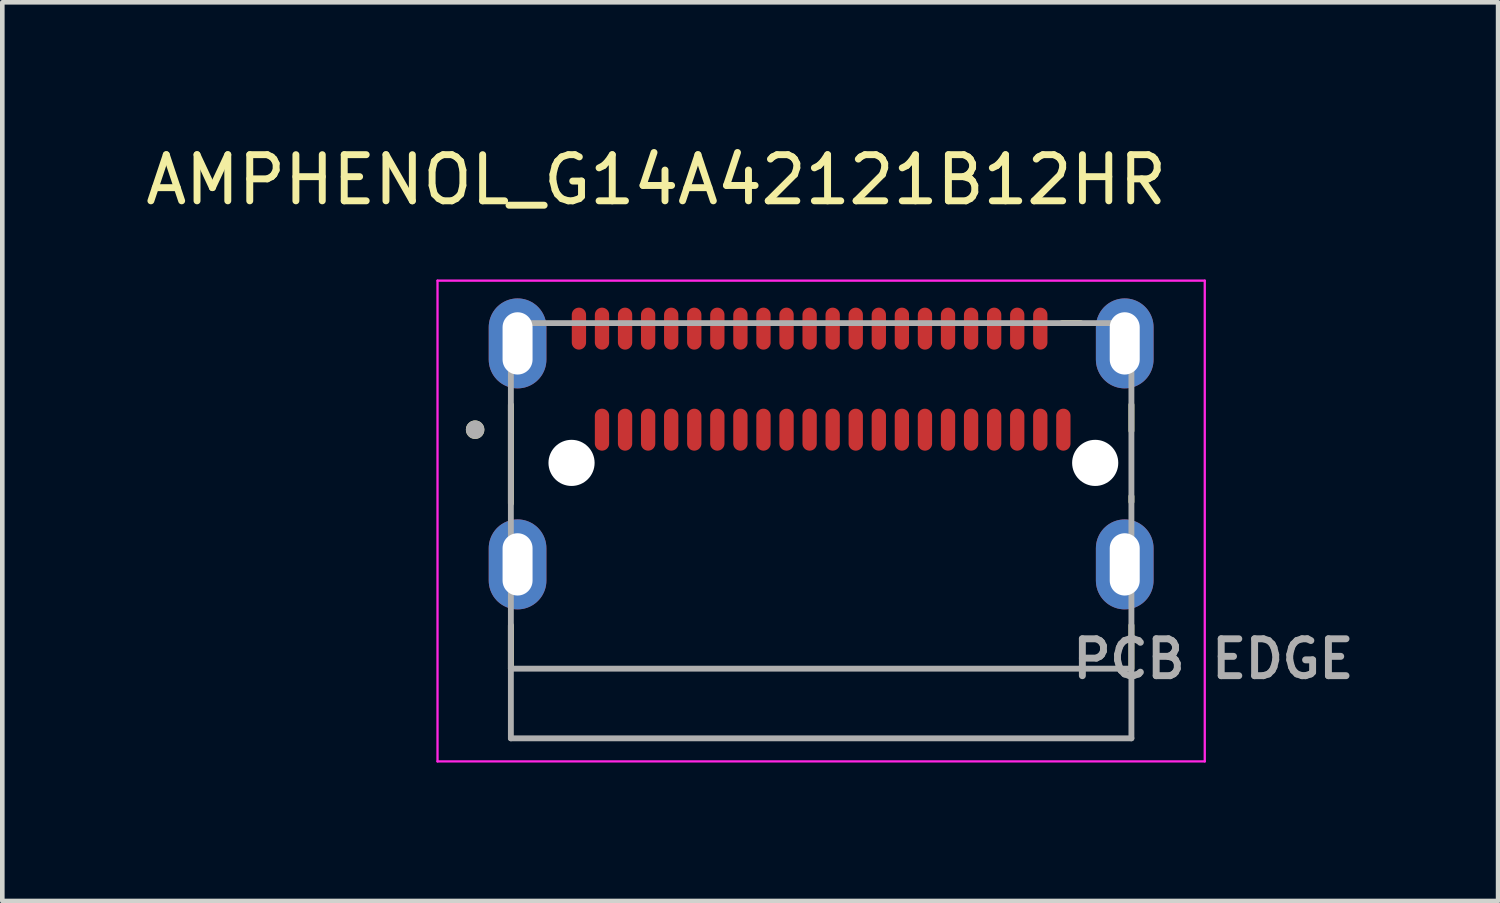
<source format=kicad_pcb>
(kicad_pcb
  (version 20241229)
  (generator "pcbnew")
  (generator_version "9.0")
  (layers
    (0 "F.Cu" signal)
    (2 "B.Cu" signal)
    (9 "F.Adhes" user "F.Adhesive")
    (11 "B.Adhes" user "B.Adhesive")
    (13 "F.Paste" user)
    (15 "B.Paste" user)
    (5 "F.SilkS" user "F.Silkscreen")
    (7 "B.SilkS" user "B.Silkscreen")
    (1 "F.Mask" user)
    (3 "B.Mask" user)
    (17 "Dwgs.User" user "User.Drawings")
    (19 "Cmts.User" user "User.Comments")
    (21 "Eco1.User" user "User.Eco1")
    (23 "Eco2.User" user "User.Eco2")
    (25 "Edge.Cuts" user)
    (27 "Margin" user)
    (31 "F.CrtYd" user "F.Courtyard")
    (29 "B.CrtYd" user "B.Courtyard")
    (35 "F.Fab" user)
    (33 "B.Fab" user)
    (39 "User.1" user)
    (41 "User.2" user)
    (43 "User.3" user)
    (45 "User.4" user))
  (footprint "AMPHENOL_G14A42121B12HR"
    (layer "F.Cu")
    (at 14.748 6.983)
    (property "Reference" "AMPHENOL_G14A42121B12HR" (at -3.575 -6.135 0) (layer "F.SilkS") (effects (font (size 1 1) (thickness 0.15))))
    (attr smd allow_soldermask_bridges)
    (fp_poly (pts (xy -5.455 -2.61) (xy -5.455 -3.21) (xy -5.455 -3.221) (xy -5.454 -3.231) (xy -5.452 -3.242) (xy -5.451 -3.253) (xy -5.448 -3.263) (xy -5.445 -3.273) (xy -5.441 -3.283) (xy -5.437 -3.293) (xy -5.433 -3.303) (xy -5.428 -3.313) (xy -5.422 -3.322) (xy -5.416 -3.33) (xy -5.409 -3.339) (xy -5.402 -3.347) (xy -5.395 -3.355) (xy -5.387 -3.362) (xy -5.379 -3.369) (xy -5.37 -3.376) (xy -5.362 -3.382) (xy -5.353 -3.388) (xy -5.343 -3.393) (xy -5.333 -3.397) (xy -5.323 -3.401) (xy -5.313 -3.405) (xy -5.303 -3.408) (xy -5.293 -3.411) (xy -5.282 -3.412) (xy -5.271 -3.414) (xy -5.261 -3.415) (xy -5.25 -3.415) (xy -5.239 -3.415) (xy -5.229 -3.414) (xy -5.218 -3.412) (xy -5.207 -3.411) (xy -5.197 -3.408) (xy -5.187 -3.405) (xy -5.177 -3.401) (xy -5.167 -3.397) (xy -5.157 -3.393) (xy -5.147 -3.388) (xy -5.138 -3.382) (xy -5.13 -3.376) (xy -5.121 -3.369) (xy -5.113 -3.362) (xy -5.105 -3.355) (xy -5.098 -3.347) (xy -5.091 -3.339) (xy -5.084 -3.33) (xy -5.078 -3.322) (xy -5.072 -3.313) (xy -5.067 -3.303) (xy -5.063 -3.293) (xy -5.059 -3.283) (xy -5.055 -3.273) (xy -5.052 -3.263) (xy -5.049 -3.253) (xy -5.048 -3.242) (xy -5.046 -3.231) (xy -5.045 -3.221) (xy -5.045 -3.21) (xy -5.045 -2.61) (xy -5.045 -2.599) (xy -5.046 -2.589) (xy -5.048 -2.578) (xy -5.049 -2.567) (xy -5.052 -2.557) (xy -5.055 -2.547) (xy -5.059 -2.537) (xy -5.063 -2.527) (xy -5.067 -2.517) (xy -5.072 -2.507) (xy -5.078 -2.498) (xy -5.084 -2.49) (xy -5.091 -2.481) (xy -5.098 -2.473) (xy -5.105 -2.465) (xy -5.113 -2.458) (xy -5.121 -2.451) (xy -5.13 -2.444) (xy -5.138 -2.438) (xy -5.147 -2.432) (xy -5.157 -2.427) (xy -5.167 -2.423) (xy -5.177 -2.419) (xy -5.187 -2.415) (xy -5.197 -2.412) (xy -5.207 -2.409) (xy -5.218 -2.408) (xy -5.229 -2.406) (xy -5.239 -2.405) (xy -5.25 -2.405) (xy -5.261 -2.405) (xy -5.271 -2.406) (xy -5.282 -2.408) (xy -5.293 -2.409) (xy -5.303 -2.412) (xy -5.313 -2.415) (xy -5.323 -2.419) (xy -5.333 -2.423) (xy -5.343 -2.427) (xy -5.353 -2.432) (xy -5.362 -2.438) (xy -5.37 -2.444) (xy -5.379 -2.451) (xy -5.387 -2.458) (xy -5.395 -2.465) (xy -5.402 -2.473) (xy -5.409 -2.481) (xy -5.416 -2.49) (xy -5.422 -2.498) (xy -5.428 -2.507) (xy -5.433 -2.517) (xy -5.437 -2.527) (xy -5.441 -2.537) (xy -5.445 -2.547) (xy -5.448 -2.557) (xy -5.451 -2.567) (xy -5.452 -2.578) (xy -5.454 -2.589) (xy -5.455 -2.599) (xy -5.455 -2.61)) (stroke (width 0.01) (type solid)) (fill yes) (layer "F.Mask"))
    (fp_poly (pts (xy -4.955 -2.61) (xy -4.955 -3.21) (xy -4.955 -3.221) (xy -4.954 -3.231) (xy -4.952 -3.242) (xy -4.951 -3.253) (xy -4.948 -3.263) (xy -4.945 -3.273) (xy -4.941 -3.283) (xy -4.937 -3.293) (xy -4.933 -3.303) (xy -4.928 -3.313) (xy -4.922 -3.322) (xy -4.916 -3.33) (xy -4.909 -3.339) (xy -4.902 -3.347) (xy -4.895 -3.355) (xy -4.887 -3.362) (xy -4.879 -3.369) (xy -4.87 -3.376) (xy -4.862 -3.382) (xy -4.853 -3.388) (xy -4.843 -3.393) (xy -4.833 -3.397) (xy -4.823 -3.401) (xy -4.813 -3.405) (xy -4.803 -3.408) (xy -4.793 -3.411) (xy -4.782 -3.412) (xy -4.771 -3.414) (xy -4.761 -3.415) (xy -4.75 -3.415) (xy -4.739 -3.415) (xy -4.729 -3.414) (xy -4.718 -3.412) (xy -4.707 -3.411) (xy -4.697 -3.408) (xy -4.687 -3.405) (xy -4.677 -3.401) (xy -4.667 -3.397) (xy -4.657 -3.393) (xy -4.647 -3.388) (xy -4.638 -3.382) (xy -4.63 -3.376) (xy -4.621 -3.369) (xy -4.613 -3.362) (xy -4.605 -3.355) (xy -4.598 -3.347) (xy -4.591 -3.339) (xy -4.584 -3.33) (xy -4.578 -3.322) (xy -4.572 -3.313) (xy -4.567 -3.303) (xy -4.563 -3.293) (xy -4.559 -3.283) (xy -4.555 -3.273) (xy -4.552 -3.263) (xy -4.549 -3.253) (xy -4.548 -3.242) (xy -4.546 -3.231) (xy -4.545 -3.221) (xy -4.545 -3.21) (xy -4.545 -2.61) (xy -4.545 -2.599) (xy -4.546 -2.589) (xy -4.548 -2.578) (xy -4.549 -2.567) (xy -4.552 -2.557) (xy -4.555 -2.547) (xy -4.559 -2.537) (xy -4.563 -2.527) (xy -4.567 -2.517) (xy -4.572 -2.507) (xy -4.578 -2.498) (xy -4.584 -2.49) (xy -4.591 -2.481) (xy -4.598 -2.473) (xy -4.605 -2.465) (xy -4.613 -2.458) (xy -4.621 -2.451) (xy -4.63 -2.444) (xy -4.638 -2.438) (xy -4.647 -2.432) (xy -4.657 -2.427) (xy -4.667 -2.423) (xy -4.677 -2.419) (xy -4.687 -2.415) (xy -4.697 -2.412) (xy -4.707 -2.409) (xy -4.718 -2.408) (xy -4.729 -2.406) (xy -4.739 -2.405) (xy -4.75 -2.405) (xy -4.761 -2.405) (xy -4.771 -2.406) (xy -4.782 -2.408) (xy -4.793 -2.409) (xy -4.803 -2.412) (xy -4.813 -2.415) (xy -4.823 -2.419) (xy -4.833 -2.423) (xy -4.843 -2.427) (xy -4.853 -2.432) (xy -4.862 -2.438) (xy -4.87 -2.444) (xy -4.879 -2.451) (xy -4.887 -2.458) (xy -4.895 -2.465) (xy -4.902 -2.473) (xy -4.909 -2.481) (xy -4.916 -2.49) (xy -4.922 -2.498) (xy -4.928 -2.507) (xy -4.933 -2.517) (xy -4.937 -2.527) (xy -4.941 -2.537) (xy -4.945 -2.547) (xy -4.948 -2.557) (xy -4.951 -2.567) (xy -4.952 -2.578) (xy -4.954 -2.589) (xy -4.955 -2.599) (xy -4.955 -2.61)) (stroke (width 0.01) (type solid)) (fill yes) (layer "F.Mask"))
    (fp_poly (pts (xy -4.955 -0.42) (xy -4.955 -1.02) (xy -4.955 -1.031) (xy -4.954 -1.041) (xy -4.952 -1.052) (xy -4.951 -1.063) (xy -4.948 -1.073) (xy -4.945 -1.083) (xy -4.941 -1.093) (xy -4.937 -1.103) (xy -4.933 -1.113) (xy -4.928 -1.123) (xy -4.922 -1.132) (xy -4.916 -1.14) (xy -4.909 -1.149) (xy -4.902 -1.157) (xy -4.895 -1.165) (xy -4.887 -1.172) (xy -4.879 -1.179) (xy -4.87 -1.186) (xy -4.862 -1.192) (xy -4.853 -1.198) (xy -4.843 -1.203) (xy -4.833 -1.207) (xy -4.823 -1.211) (xy -4.813 -1.215) (xy -4.803 -1.218) (xy -4.793 -1.221) (xy -4.782 -1.222) (xy -4.771 -1.224) (xy -4.761 -1.225) (xy -4.75 -1.225) (xy -4.739 -1.225) (xy -4.729 -1.224) (xy -4.718 -1.222) (xy -4.707 -1.221) (xy -4.697 -1.218) (xy -4.687 -1.215) (xy -4.677 -1.211) (xy -4.667 -1.207) (xy -4.657 -1.203) (xy -4.647 -1.198) (xy -4.638 -1.192) (xy -4.63 -1.186) (xy -4.621 -1.179) (xy -4.613 -1.172) (xy -4.605 -1.165) (xy -4.598 -1.157) (xy -4.591 -1.149) (xy -4.584 -1.14) (xy -4.578 -1.132) (xy -4.572 -1.123) (xy -4.567 -1.113) (xy -4.563 -1.103) (xy -4.559 -1.093) (xy -4.555 -1.083) (xy -4.552 -1.073) (xy -4.549 -1.063) (xy -4.548 -1.052) (xy -4.546 -1.041) (xy -4.545 -1.031) (xy -4.545 -1.02) (xy -4.545 -0.42) (xy -4.545 -0.409) (xy -4.546 -0.399) (xy -4.548 -0.388) (xy -4.549 -0.377) (xy -4.552 -0.367) (xy -4.555 -0.357) (xy -4.559 -0.347) (xy -4.563 -0.337) (xy -4.567 -0.327) (xy -4.572 -0.318) (xy -4.578 -0.308) (xy -4.584 -0.3) (xy -4.591 -0.291) (xy -4.598 -0.283) (xy -4.605 -0.275) (xy -4.613 -0.268) (xy -4.621 -0.261) (xy -4.63 -0.254) (xy -4.638 -0.248) (xy -4.647 -0.242) (xy -4.657 -0.237) (xy -4.667 -0.233) (xy -4.677 -0.229) (xy -4.687 -0.225) (xy -4.697 -0.222) (xy -4.707 -0.219) (xy -4.718 -0.218) (xy -4.729 -0.216) (xy -4.739 -0.215) (xy -4.75 -0.215) (xy -4.761 -0.215) (xy -4.771 -0.216) (xy -4.782 -0.218) (xy -4.793 -0.219) (xy -4.803 -0.222) (xy -4.813 -0.225) (xy -4.823 -0.229) (xy -4.833 -0.233) (xy -4.843 -0.237) (xy -4.853 -0.242) (xy -4.862 -0.248) (xy -4.87 -0.254) (xy -4.879 -0.261) (xy -4.887 -0.268) (xy -4.895 -0.275) (xy -4.902 -0.283) (xy -4.909 -0.291) (xy -4.916 -0.3) (xy -4.922 -0.308) (xy -4.928 -0.318) (xy -4.933 -0.327) (xy -4.937 -0.337) (xy -4.941 -0.347) (xy -4.945 -0.357) (xy -4.948 -0.367) (xy -4.951 -0.377) (xy -4.952 -0.388) (xy -4.954 -0.399) (xy -4.955 -0.409) (xy -4.955 -0.42)) (stroke (width 0.01) (type solid)) (fill yes) (layer "F.Mask"))
    (fp_poly (pts (xy -4.455 -2.61) (xy -4.455 -3.21) (xy -4.455 -3.221) (xy -4.454 -3.231) (xy -4.452 -3.242) (xy -4.451 -3.253) (xy -4.448 -3.263) (xy -4.445 -3.273) (xy -4.441 -3.283) (xy -4.437 -3.293) (xy -4.433 -3.303) (xy -4.428 -3.313) (xy -4.422 -3.322) (xy -4.416 -3.33) (xy -4.409 -3.339) (xy -4.402 -3.347) (xy -4.395 -3.355) (xy -4.387 -3.362) (xy -4.379 -3.369) (xy -4.37 -3.376) (xy -4.362 -3.382) (xy -4.353 -3.388) (xy -4.343 -3.393) (xy -4.333 -3.397) (xy -4.323 -3.401) (xy -4.313 -3.405) (xy -4.303 -3.408) (xy -4.293 -3.411) (xy -4.282 -3.412) (xy -4.271 -3.414) (xy -4.261 -3.415) (xy -4.25 -3.415) (xy -4.239 -3.415) (xy -4.229 -3.414) (xy -4.218 -3.412) (xy -4.207 -3.411) (xy -4.197 -3.408) (xy -4.187 -3.405) (xy -4.177 -3.401) (xy -4.167 -3.397) (xy -4.157 -3.393) (xy -4.147 -3.388) (xy -4.138 -3.382) (xy -4.13 -3.376) (xy -4.121 -3.369) (xy -4.113 -3.362) (xy -4.105 -3.355) (xy -4.098 -3.347) (xy -4.091 -3.339) (xy -4.084 -3.33) (xy -4.078 -3.322) (xy -4.072 -3.313) (xy -4.067 -3.303) (xy -4.063 -3.293) (xy -4.059 -3.283) (xy -4.055 -3.273) (xy -4.052 -3.263) (xy -4.049 -3.253) (xy -4.048 -3.242) (xy -4.046 -3.231) (xy -4.045 -3.221) (xy -4.045 -3.21) (xy -4.045 -2.61) (xy -4.045 -2.599) (xy -4.046 -2.589) (xy -4.048 -2.578) (xy -4.049 -2.567) (xy -4.052 -2.557) (xy -4.055 -2.547) (xy -4.059 -2.537) (xy -4.063 -2.527) (xy -4.067 -2.517) (xy -4.072 -2.507) (xy -4.078 -2.498) (xy -4.084 -2.49) (xy -4.091 -2.481) (xy -4.098 -2.473) (xy -4.105 -2.465) (xy -4.113 -2.458) (xy -4.121 -2.451) (xy -4.13 -2.444) (xy -4.138 -2.438) (xy -4.147 -2.432) (xy -4.157 -2.427) (xy -4.167 -2.423) (xy -4.177 -2.419) (xy -4.187 -2.415) (xy -4.197 -2.412) (xy -4.207 -2.409) (xy -4.218 -2.408) (xy -4.229 -2.406) (xy -4.239 -2.405) (xy -4.25 -2.405) (xy -4.261 -2.405) (xy -4.271 -2.406) (xy -4.282 -2.408) (xy -4.293 -2.409) (xy -4.303 -2.412) (xy -4.313 -2.415) (xy -4.323 -2.419) (xy -4.333 -2.423) (xy -4.343 -2.427) (xy -4.353 -2.432) (xy -4.362 -2.438) (xy -4.37 -2.444) (xy -4.379 -2.451) (xy -4.387 -2.458) (xy -4.395 -2.465) (xy -4.402 -2.473) (xy -4.409 -2.481) (xy -4.416 -2.49) (xy -4.422 -2.498) (xy -4.428 -2.507) (xy -4.433 -2.517) (xy -4.437 -2.527) (xy -4.441 -2.537) (xy -4.445 -2.547) (xy -4.448 -2.557) (xy -4.451 -2.567) (xy -4.452 -2.578) (xy -4.454 -2.589) (xy -4.455 -2.599) (xy -4.455 -2.61)) (stroke (width 0.01) (type solid)) (fill yes) (layer "F.Mask"))
    (fp_poly (pts (xy -4.455 -0.42) (xy -4.455 -1.02) (xy -4.455 -1.031) (xy -4.454 -1.041) (xy -4.452 -1.052) (xy -4.451 -1.063) (xy -4.448 -1.073) (xy -4.445 -1.083) (xy -4.441 -1.093) (xy -4.437 -1.103) (xy -4.433 -1.113) (xy -4.428 -1.123) (xy -4.422 -1.132) (xy -4.416 -1.14) (xy -4.409 -1.149) (xy -4.402 -1.157) (xy -4.395 -1.165) (xy -4.387 -1.172) (xy -4.379 -1.179) (xy -4.37 -1.186) (xy -4.362 -1.192) (xy -4.353 -1.198) (xy -4.343 -1.203) (xy -4.333 -1.207) (xy -4.323 -1.211) (xy -4.313 -1.215) (xy -4.303 -1.218) (xy -4.293 -1.221) (xy -4.282 -1.222) (xy -4.271 -1.224) (xy -4.261 -1.225) (xy -4.25 -1.225) (xy -4.239 -1.225) (xy -4.229 -1.224) (xy -4.218 -1.222) (xy -4.207 -1.221) (xy -4.197 -1.218) (xy -4.187 -1.215) (xy -4.177 -1.211) (xy -4.167 -1.207) (xy -4.157 -1.203) (xy -4.147 -1.198) (xy -4.138 -1.192) (xy -4.13 -1.186) (xy -4.121 -1.179) (xy -4.113 -1.172) (xy -4.105 -1.165) (xy -4.098 -1.157) (xy -4.091 -1.149) (xy -4.084 -1.14) (xy -4.078 -1.132) (xy -4.072 -1.123) (xy -4.067 -1.113) (xy -4.063 -1.103) (xy -4.059 -1.093) (xy -4.055 -1.083) (xy -4.052 -1.073) (xy -4.049 -1.063) (xy -4.048 -1.052) (xy -4.046 -1.041) (xy -4.045 -1.031) (xy -4.045 -1.02) (xy -4.045 -0.42) (xy -4.045 -0.409) (xy -4.046 -0.399) (xy -4.048 -0.388) (xy -4.049 -0.377) (xy -4.052 -0.367) (xy -4.055 -0.357) (xy -4.059 -0.347) (xy -4.063 -0.337) (xy -4.067 -0.327) (xy -4.072 -0.318) (xy -4.078 -0.308) (xy -4.084 -0.3) (xy -4.091 -0.291) (xy -4.098 -0.283) (xy -4.105 -0.275) (xy -4.113 -0.268) (xy -4.121 -0.261) (xy -4.13 -0.254) (xy -4.138 -0.248) (xy -4.147 -0.242) (xy -4.157 -0.237) (xy -4.167 -0.233) (xy -4.177 -0.229) (xy -4.187 -0.225) (xy -4.197 -0.222) (xy -4.207 -0.219) (xy -4.218 -0.218) (xy -4.229 -0.216) (xy -4.239 -0.215) (xy -4.25 -0.215) (xy -4.261 -0.215) (xy -4.271 -0.216) (xy -4.282 -0.218) (xy -4.293 -0.219) (xy -4.303 -0.222) (xy -4.313 -0.225) (xy -4.323 -0.229) (xy -4.333 -0.233) (xy -4.343 -0.237) (xy -4.353 -0.242) (xy -4.362 -0.248) (xy -4.37 -0.254) (xy -4.379 -0.261) (xy -4.387 -0.268) (xy -4.395 -0.275) (xy -4.402 -0.283) (xy -4.409 -0.291) (xy -4.416 -0.3) (xy -4.422 -0.308) (xy -4.428 -0.318) (xy -4.433 -0.327) (xy -4.437 -0.337) (xy -4.441 -0.347) (xy -4.445 -0.357) (xy -4.448 -0.367) (xy -4.451 -0.377) (xy -4.452 -0.388) (xy -4.454 -0.399) (xy -4.455 -0.409) (xy -4.455 -0.42)) (stroke (width 0.01) (type solid)) (fill yes) (layer "F.Mask"))
    (fp_poly (pts (xy -3.955 -2.61) (xy -3.955 -3.21) (xy -3.955 -3.221) (xy -3.954 -3.231) (xy -3.952 -3.242) (xy -3.951 -3.253) (xy -3.948 -3.263) (xy -3.945 -3.273) (xy -3.941 -3.283) (xy -3.937 -3.293) (xy -3.933 -3.303) (xy -3.928 -3.313) (xy -3.922 -3.322) (xy -3.916 -3.33) (xy -3.909 -3.339) (xy -3.902 -3.347) (xy -3.895 -3.355) (xy -3.887 -3.362) (xy -3.879 -3.369) (xy -3.87 -3.376) (xy -3.862 -3.382) (xy -3.853 -3.388) (xy -3.843 -3.393) (xy -3.833 -3.397) (xy -3.823 -3.401) (xy -3.813 -3.405) (xy -3.803 -3.408) (xy -3.793 -3.411) (xy -3.782 -3.412) (xy -3.771 -3.414) (xy -3.761 -3.415) (xy -3.75 -3.415) (xy -3.739 -3.415) (xy -3.729 -3.414) (xy -3.718 -3.412) (xy -3.707 -3.411) (xy -3.697 -3.408) (xy -3.687 -3.405) (xy -3.677 -3.401) (xy -3.667 -3.397) (xy -3.657 -3.393) (xy -3.647 -3.388) (xy -3.638 -3.382) (xy -3.63 -3.376) (xy -3.621 -3.369) (xy -3.613 -3.362) (xy -3.605 -3.355) (xy -3.598 -3.347) (xy -3.591 -3.339) (xy -3.584 -3.33) (xy -3.578 -3.322) (xy -3.572 -3.313) (xy -3.567 -3.303) (xy -3.563 -3.293) (xy -3.559 -3.283) (xy -3.555 -3.273) (xy -3.552 -3.263) (xy -3.549 -3.253) (xy -3.548 -3.242) (xy -3.546 -3.231) (xy -3.545 -3.221) (xy -3.545 -3.21) (xy -3.545 -2.61) (xy -3.545 -2.599) (xy -3.546 -2.589) (xy -3.548 -2.578) (xy -3.549 -2.567) (xy -3.552 -2.557) (xy -3.555 -2.547) (xy -3.559 -2.537) (xy -3.563 -2.527) (xy -3.567 -2.517) (xy -3.572 -2.507) (xy -3.578 -2.498) (xy -3.584 -2.49) (xy -3.591 -2.481) (xy -3.598 -2.473) (xy -3.605 -2.465) (xy -3.613 -2.458) (xy -3.621 -2.451) (xy -3.63 -2.444) (xy -3.638 -2.438) (xy -3.647 -2.432) (xy -3.657 -2.427) (xy -3.667 -2.423) (xy -3.677 -2.419) (xy -3.687 -2.415) (xy -3.697 -2.412) (xy -3.707 -2.409) (xy -3.718 -2.408) (xy -3.729 -2.406) (xy -3.739 -2.405) (xy -3.75 -2.405) (xy -3.761 -2.405) (xy -3.771 -2.406) (xy -3.782 -2.408) (xy -3.793 -2.409) (xy -3.803 -2.412) (xy -3.813 -2.415) (xy -3.823 -2.419) (xy -3.833 -2.423) (xy -3.843 -2.427) (xy -3.853 -2.432) (xy -3.862 -2.438) (xy -3.87 -2.444) (xy -3.879 -2.451) (xy -3.887 -2.458) (xy -3.895 -2.465) (xy -3.902 -2.473) (xy -3.909 -2.481) (xy -3.916 -2.49) (xy -3.922 -2.498) (xy -3.928 -2.507) (xy -3.933 -2.517) (xy -3.937 -2.527) (xy -3.941 -2.537) (xy -3.945 -2.547) (xy -3.948 -2.557) (xy -3.951 -2.567) (xy -3.952 -2.578) (xy -3.954 -2.589) (xy -3.955 -2.599) (xy -3.955 -2.61)) (stroke (width 0.01) (type solid)) (fill yes) (layer "F.Mask"))
    (fp_poly (pts (xy -3.955 -0.42) (xy -3.955 -1.02) (xy -3.955 -1.031) (xy -3.954 -1.041) (xy -3.952 -1.052) (xy -3.951 -1.063) (xy -3.948 -1.073) (xy -3.945 -1.083) (xy -3.941 -1.093) (xy -3.937 -1.103) (xy -3.933 -1.113) (xy -3.928 -1.123) (xy -3.922 -1.132) (xy -3.916 -1.14) (xy -3.909 -1.149) (xy -3.902 -1.157) (xy -3.895 -1.165) (xy -3.887 -1.172) (xy -3.879 -1.179) (xy -3.87 -1.186) (xy -3.862 -1.192) (xy -3.853 -1.198) (xy -3.843 -1.203) (xy -3.833 -1.207) (xy -3.823 -1.211) (xy -3.813 -1.215) (xy -3.803 -1.218) (xy -3.793 -1.221) (xy -3.782 -1.222) (xy -3.771 -1.224) (xy -3.761 -1.225) (xy -3.75 -1.225) (xy -3.739 -1.225) (xy -3.729 -1.224) (xy -3.718 -1.222) (xy -3.707 -1.221) (xy -3.697 -1.218) (xy -3.687 -1.215) (xy -3.677 -1.211) (xy -3.667 -1.207) (xy -3.657 -1.203) (xy -3.647 -1.198) (xy -3.638 -1.192) (xy -3.63 -1.186) (xy -3.621 -1.179) (xy -3.613 -1.172) (xy -3.605 -1.165) (xy -3.598 -1.157) (xy -3.591 -1.149) (xy -3.584 -1.14) (xy -3.578 -1.132) (xy -3.572 -1.123) (xy -3.567 -1.113) (xy -3.563 -1.103) (xy -3.559 -1.093) (xy -3.555 -1.083) (xy -3.552 -1.073) (xy -3.549 -1.063) (xy -3.548 -1.052) (xy -3.546 -1.041) (xy -3.545 -1.031) (xy -3.545 -1.02) (xy -3.545 -0.42) (xy -3.545 -0.409) (xy -3.546 -0.399) (xy -3.548 -0.388) (xy -3.549 -0.377) (xy -3.552 -0.367) (xy -3.555 -0.357) (xy -3.559 -0.347) (xy -3.563 -0.337) (xy -3.567 -0.327) (xy -3.572 -0.318) (xy -3.578 -0.308) (xy -3.584 -0.3) (xy -3.591 -0.291) (xy -3.598 -0.283) (xy -3.605 -0.275) (xy -3.613 -0.268) (xy -3.621 -0.261) (xy -3.63 -0.254) (xy -3.638 -0.248) (xy -3.647 -0.242) (xy -3.657 -0.237) (xy -3.667 -0.233) (xy -3.677 -0.229) (xy -3.687 -0.225) (xy -3.697 -0.222) (xy -3.707 -0.219) (xy -3.718 -0.218) (xy -3.729 -0.216) (xy -3.739 -0.215) (xy -3.75 -0.215) (xy -3.761 -0.215) (xy -3.771 -0.216) (xy -3.782 -0.218) (xy -3.793 -0.219) (xy -3.803 -0.222) (xy -3.813 -0.225) (xy -3.823 -0.229) (xy -3.833 -0.233) (xy -3.843 -0.237) (xy -3.853 -0.242) (xy -3.862 -0.248) (xy -3.87 -0.254) (xy -3.879 -0.261) (xy -3.887 -0.268) (xy -3.895 -0.275) (xy -3.902 -0.283) (xy -3.909 -0.291) (xy -3.916 -0.3) (xy -3.922 -0.308) (xy -3.928 -0.318) (xy -3.933 -0.327) (xy -3.937 -0.337) (xy -3.941 -0.347) (xy -3.945 -0.357) (xy -3.948 -0.367) (xy -3.951 -0.377) (xy -3.952 -0.388) (xy -3.954 -0.399) (xy -3.955 -0.409) (xy -3.955 -0.42)) (stroke (width 0.01) (type solid)) (fill yes) (layer "F.Mask"))
    (fp_poly (pts (xy -3.455 -2.61) (xy -3.455 -3.21) (xy -3.455 -3.221) (xy -3.454 -3.231) (xy -3.452 -3.242) (xy -3.451 -3.253) (xy -3.448 -3.263) (xy -3.445 -3.273) (xy -3.441 -3.283) (xy -3.437 -3.293) (xy -3.433 -3.303) (xy -3.428 -3.313) (xy -3.422 -3.322) (xy -3.416 -3.33) (xy -3.409 -3.339) (xy -3.402 -3.347) (xy -3.395 -3.355) (xy -3.387 -3.362) (xy -3.379 -3.369) (xy -3.37 -3.376) (xy -3.362 -3.382) (xy -3.353 -3.388) (xy -3.343 -3.393) (xy -3.333 -3.397) (xy -3.323 -3.401) (xy -3.313 -3.405) (xy -3.303 -3.408) (xy -3.293 -3.411) (xy -3.282 -3.412) (xy -3.271 -3.414) (xy -3.261 -3.415) (xy -3.25 -3.415) (xy -3.239 -3.415) (xy -3.229 -3.414) (xy -3.218 -3.412) (xy -3.207 -3.411) (xy -3.197 -3.408) (xy -3.187 -3.405) (xy -3.177 -3.401) (xy -3.167 -3.397) (xy -3.157 -3.393) (xy -3.147 -3.388) (xy -3.138 -3.382) (xy -3.13 -3.376) (xy -3.121 -3.369) (xy -3.113 -3.362) (xy -3.105 -3.355) (xy -3.098 -3.347) (xy -3.091 -3.339) (xy -3.084 -3.33) (xy -3.078 -3.322) (xy -3.072 -3.313) (xy -3.067 -3.303) (xy -3.063 -3.293) (xy -3.059 -3.283) (xy -3.055 -3.273) (xy -3.052 -3.263) (xy -3.049 -3.253) (xy -3.048 -3.242) (xy -3.046 -3.231) (xy -3.045 -3.221) (xy -3.045 -3.21) (xy -3.045 -2.61) (xy -3.045 -2.599) (xy -3.046 -2.589) (xy -3.048 -2.578) (xy -3.049 -2.567) (xy -3.052 -2.557) (xy -3.055 -2.547) (xy -3.059 -2.537) (xy -3.063 -2.527) (xy -3.067 -2.517) (xy -3.072 -2.507) (xy -3.078 -2.498) (xy -3.084 -2.49) (xy -3.091 -2.481) (xy -3.098 -2.473) (xy -3.105 -2.465) (xy -3.113 -2.458) (xy -3.121 -2.451) (xy -3.13 -2.444) (xy -3.138 -2.438) (xy -3.147 -2.432) (xy -3.157 -2.427) (xy -3.167 -2.423) (xy -3.177 -2.419) (xy -3.187 -2.415) (xy -3.197 -2.412) (xy -3.207 -2.409) (xy -3.218 -2.408) (xy -3.229 -2.406) (xy -3.239 -2.405) (xy -3.25 -2.405) (xy -3.261 -2.405) (xy -3.271 -2.406) (xy -3.282 -2.408) (xy -3.293 -2.409) (xy -3.303 -2.412) (xy -3.313 -2.415) (xy -3.323 -2.419) (xy -3.333 -2.423) (xy -3.343 -2.427) (xy -3.353 -2.432) (xy -3.362 -2.438) (xy -3.37 -2.444) (xy -3.379 -2.451) (xy -3.387 -2.458) (xy -3.395 -2.465) (xy -3.402 -2.473) (xy -3.409 -2.481) (xy -3.416 -2.49) (xy -3.422 -2.498) (xy -3.428 -2.507) (xy -3.433 -2.517) (xy -3.437 -2.527) (xy -3.441 -2.537) (xy -3.445 -2.547) (xy -3.448 -2.557) (xy -3.451 -2.567) (xy -3.452 -2.578) (xy -3.454 -2.589) (xy -3.455 -2.599) (xy -3.455 -2.61)) (stroke (width 0.01) (type solid)) (fill yes) (layer "F.Mask"))
    (fp_poly (pts (xy -3.455 -0.42) (xy -3.455 -1.02) (xy -3.455 -1.031) (xy -3.454 -1.041) (xy -3.452 -1.052) (xy -3.451 -1.063) (xy -3.448 -1.073) (xy -3.445 -1.083) (xy -3.441 -1.093) (xy -3.437 -1.103) (xy -3.433 -1.113) (xy -3.428 -1.123) (xy -3.422 -1.132) (xy -3.416 -1.14) (xy -3.409 -1.149) (xy -3.402 -1.157) (xy -3.395 -1.165) (xy -3.387 -1.172) (xy -3.379 -1.179) (xy -3.37 -1.186) (xy -3.362 -1.192) (xy -3.353 -1.198) (xy -3.343 -1.203) (xy -3.333 -1.207) (xy -3.323 -1.211) (xy -3.313 -1.215) (xy -3.303 -1.218) (xy -3.293 -1.221) (xy -3.282 -1.222) (xy -3.271 -1.224) (xy -3.261 -1.225) (xy -3.25 -1.225) (xy -3.239 -1.225) (xy -3.229 -1.224) (xy -3.218 -1.222) (xy -3.207 -1.221) (xy -3.197 -1.218) (xy -3.187 -1.215) (xy -3.177 -1.211) (xy -3.167 -1.207) (xy -3.157 -1.203) (xy -3.147 -1.198) (xy -3.138 -1.192) (xy -3.13 -1.186) (xy -3.121 -1.179) (xy -3.113 -1.172) (xy -3.105 -1.165) (xy -3.098 -1.157) (xy -3.091 -1.149) (xy -3.084 -1.14) (xy -3.078 -1.132) (xy -3.072 -1.123) (xy -3.067 -1.113) (xy -3.063 -1.103) (xy -3.059 -1.093) (xy -3.055 -1.083) (xy -3.052 -1.073) (xy -3.049 -1.063) (xy -3.048 -1.052) (xy -3.046 -1.041) (xy -3.045 -1.031) (xy -3.045 -1.02) (xy -3.045 -0.42) (xy -3.045 -0.409) (xy -3.046 -0.399) (xy -3.048 -0.388) (xy -3.049 -0.377) (xy -3.052 -0.367) (xy -3.055 -0.357) (xy -3.059 -0.347) (xy -3.063 -0.337) (xy -3.067 -0.327) (xy -3.072 -0.318) (xy -3.078 -0.308) (xy -3.084 -0.3) (xy -3.091 -0.291) (xy -3.098 -0.283) (xy -3.105 -0.275) (xy -3.113 -0.268) (xy -3.121 -0.261) (xy -3.13 -0.254) (xy -3.138 -0.248) (xy -3.147 -0.242) (xy -3.157 -0.237) (xy -3.167 -0.233) (xy -3.177 -0.229) (xy -3.187 -0.225) (xy -3.197 -0.222) (xy -3.207 -0.219) (xy -3.218 -0.218) (xy -3.229 -0.216) (xy -3.239 -0.215) (xy -3.25 -0.215) (xy -3.261 -0.215) (xy -3.271 -0.216) (xy -3.282 -0.218) (xy -3.293 -0.219) (xy -3.303 -0.222) (xy -3.313 -0.225) (xy -3.323 -0.229) (xy -3.333 -0.233) (xy -3.343 -0.237) (xy -3.353 -0.242) (xy -3.362 -0.248) (xy -3.37 -0.254) (xy -3.379 -0.261) (xy -3.387 -0.268) (xy -3.395 -0.275) (xy -3.402 -0.283) (xy -3.409 -0.291) (xy -3.416 -0.3) (xy -3.422 -0.308) (xy -3.428 -0.318) (xy -3.433 -0.327) (xy -3.437 -0.337) (xy -3.441 -0.347) (xy -3.445 -0.357) (xy -3.448 -0.367) (xy -3.451 -0.377) (xy -3.452 -0.388) (xy -3.454 -0.399) (xy -3.455 -0.409) (xy -3.455 -0.42)) (stroke (width 0.01) (type solid)) (fill yes) (layer "F.Mask"))
    (fp_poly (pts (xy -2.955 -2.61) (xy -2.955 -3.21) (xy -2.955 -3.221) (xy -2.954 -3.231) (xy -2.952 -3.242) (xy -2.951 -3.253) (xy -2.948 -3.263) (xy -2.945 -3.273) (xy -2.941 -3.283) (xy -2.937 -3.293) (xy -2.933 -3.303) (xy -2.928 -3.313) (xy -2.922 -3.322) (xy -2.916 -3.33) (xy -2.909 -3.339) (xy -2.902 -3.347) (xy -2.895 -3.355) (xy -2.887 -3.362) (xy -2.879 -3.369) (xy -2.87 -3.376) (xy -2.862 -3.382) (xy -2.853 -3.388) (xy -2.843 -3.393) (xy -2.833 -3.397) (xy -2.823 -3.401) (xy -2.813 -3.405) (xy -2.803 -3.408) (xy -2.793 -3.411) (xy -2.782 -3.412) (xy -2.771 -3.414) (xy -2.761 -3.415) (xy -2.75 -3.415) (xy -2.739 -3.415) (xy -2.729 -3.414) (xy -2.718 -3.412) (xy -2.707 -3.411) (xy -2.697 -3.408) (xy -2.687 -3.405) (xy -2.677 -3.401) (xy -2.667 -3.397) (xy -2.657 -3.393) (xy -2.647 -3.388) (xy -2.638 -3.382) (xy -2.63 -3.376) (xy -2.621 -3.369) (xy -2.613 -3.362) (xy -2.605 -3.355) (xy -2.598 -3.347) (xy -2.591 -3.339) (xy -2.584 -3.33) (xy -2.578 -3.322) (xy -2.572 -3.313) (xy -2.567 -3.303) (xy -2.563 -3.293) (xy -2.559 -3.283) (xy -2.555 -3.273) (xy -2.552 -3.263) (xy -2.549 -3.253) (xy -2.548 -3.242) (xy -2.546 -3.231) (xy -2.545 -3.221) (xy -2.545 -3.21) (xy -2.545 -2.61) (xy -2.545 -2.599) (xy -2.546 -2.589) (xy -2.548 -2.578) (xy -2.549 -2.567) (xy -2.552 -2.557) (xy -2.555 -2.547) (xy -2.559 -2.537) (xy -2.563 -2.527) (xy -2.567 -2.517) (xy -2.572 -2.507) (xy -2.578 -2.498) (xy -2.584 -2.49) (xy -2.591 -2.481) (xy -2.598 -2.473) (xy -2.605 -2.465) (xy -2.613 -2.458) (xy -2.621 -2.451) (xy -2.63 -2.444) (xy -2.638 -2.438) (xy -2.647 -2.432) (xy -2.657 -2.427) (xy -2.667 -2.423) (xy -2.677 -2.419) (xy -2.687 -2.415) (xy -2.697 -2.412) (xy -2.707 -2.409) (xy -2.718 -2.408) (xy -2.729 -2.406) (xy -2.739 -2.405) (xy -2.75 -2.405) (xy -2.761 -2.405) (xy -2.771 -2.406) (xy -2.782 -2.408) (xy -2.793 -2.409) (xy -2.803 -2.412) (xy -2.813 -2.415) (xy -2.823 -2.419) (xy -2.833 -2.423) (xy -2.843 -2.427) (xy -2.853 -2.432) (xy -2.862 -2.438) (xy -2.87 -2.444) (xy -2.879 -2.451) (xy -2.887 -2.458) (xy -2.895 -2.465) (xy -2.902 -2.473) (xy -2.909 -2.481) (xy -2.916 -2.49) (xy -2.922 -2.498) (xy -2.928 -2.507) (xy -2.933 -2.517) (xy -2.937 -2.527) (xy -2.941 -2.537) (xy -2.945 -2.547) (xy -2.948 -2.557) (xy -2.951 -2.567) (xy -2.952 -2.578) (xy -2.954 -2.589) (xy -2.955 -2.599) (xy -2.955 -2.61)) (stroke (width 0.01) (type solid)) (fill yes) (layer "F.Mask"))
    (fp_poly (pts (xy -2.955 -0.42) (xy -2.955 -1.02) (xy -2.955 -1.031) (xy -2.954 -1.041) (xy -2.952 -1.052) (xy -2.951 -1.063) (xy -2.948 -1.073) (xy -2.945 -1.083) (xy -2.941 -1.093) (xy -2.937 -1.103) (xy -2.933 -1.113) (xy -2.928 -1.123) (xy -2.922 -1.132) (xy -2.916 -1.14) (xy -2.909 -1.149) (xy -2.902 -1.157) (xy -2.895 -1.165) (xy -2.887 -1.172) (xy -2.879 -1.179) (xy -2.87 -1.186) (xy -2.862 -1.192) (xy -2.853 -1.198) (xy -2.843 -1.203) (xy -2.833 -1.207) (xy -2.823 -1.211) (xy -2.813 -1.215) (xy -2.803 -1.218) (xy -2.793 -1.221) (xy -2.782 -1.222) (xy -2.771 -1.224) (xy -2.761 -1.225) (xy -2.75 -1.225) (xy -2.739 -1.225) (xy -2.729 -1.224) (xy -2.718 -1.222) (xy -2.707 -1.221) (xy -2.697 -1.218) (xy -2.687 -1.215) (xy -2.677 -1.211) (xy -2.667 -1.207) (xy -2.657 -1.203) (xy -2.647 -1.198) (xy -2.638 -1.192) (xy -2.63 -1.186) (xy -2.621 -1.179) (xy -2.613 -1.172) (xy -2.605 -1.165) (xy -2.598 -1.157) (xy -2.591 -1.149) (xy -2.584 -1.14) (xy -2.578 -1.132) (xy -2.572 -1.123) (xy -2.567 -1.113) (xy -2.563 -1.103) (xy -2.559 -1.093) (xy -2.555 -1.083) (xy -2.552 -1.073) (xy -2.549 -1.063) (xy -2.548 -1.052) (xy -2.546 -1.041) (xy -2.545 -1.031) (xy -2.545 -1.02) (xy -2.545 -0.42) (xy -2.545 -0.409) (xy -2.546 -0.399) (xy -2.548 -0.388) (xy -2.549 -0.377) (xy -2.552 -0.367) (xy -2.555 -0.357) (xy -2.559 -0.347) (xy -2.563 -0.337) (xy -2.567 -0.327) (xy -2.572 -0.318) (xy -2.578 -0.308) (xy -2.584 -0.3) (xy -2.591 -0.291) (xy -2.598 -0.283) (xy -2.605 -0.275) (xy -2.613 -0.268) (xy -2.621 -0.261) (xy -2.63 -0.254) (xy -2.638 -0.248) (xy -2.647 -0.242) (xy -2.657 -0.237) (xy -2.667 -0.233) (xy -2.677 -0.229) (xy -2.687 -0.225) (xy -2.697 -0.222) (xy -2.707 -0.219) (xy -2.718 -0.218) (xy -2.729 -0.216) (xy -2.739 -0.215) (xy -2.75 -0.215) (xy -2.761 -0.215) (xy -2.771 -0.216) (xy -2.782 -0.218) (xy -2.793 -0.219) (xy -2.803 -0.222) (xy -2.813 -0.225) (xy -2.823 -0.229) (xy -2.833 -0.233) (xy -2.843 -0.237) (xy -2.853 -0.242) (xy -2.862 -0.248) (xy -2.87 -0.254) (xy -2.879 -0.261) (xy -2.887 -0.268) (xy -2.895 -0.275) (xy -2.902 -0.283) (xy -2.909 -0.291) (xy -2.916 -0.3) (xy -2.922 -0.308) (xy -2.928 -0.318) (xy -2.933 -0.327) (xy -2.937 -0.337) (xy -2.941 -0.347) (xy -2.945 -0.357) (xy -2.948 -0.367) (xy -2.951 -0.377) (xy -2.952 -0.388) (xy -2.954 -0.399) (xy -2.955 -0.409) (xy -2.955 -0.42)) (stroke (width 0.01) (type solid)) (fill yes) (layer "F.Mask"))
    (fp_poly (pts (xy -2.455 -2.61) (xy -2.455 -3.21) (xy -2.455 -3.221) (xy -2.454 -3.231) (xy -2.452 -3.242) (xy -2.451 -3.253) (xy -2.448 -3.263) (xy -2.445 -3.273) (xy -2.441 -3.283) (xy -2.437 -3.293) (xy -2.433 -3.303) (xy -2.428 -3.313) (xy -2.422 -3.322) (xy -2.416 -3.33) (xy -2.409 -3.339) (xy -2.402 -3.347) (xy -2.395 -3.355) (xy -2.387 -3.362) (xy -2.379 -3.369) (xy -2.37 -3.376) (xy -2.362 -3.382) (xy -2.353 -3.388) (xy -2.343 -3.393) (xy -2.333 -3.397) (xy -2.323 -3.401) (xy -2.313 -3.405) (xy -2.303 -3.408) (xy -2.293 -3.411) (xy -2.282 -3.412) (xy -2.271 -3.414) (xy -2.261 -3.415) (xy -2.25 -3.415) (xy -2.239 -3.415) (xy -2.229 -3.414) (xy -2.218 -3.412) (xy -2.207 -3.411) (xy -2.197 -3.408) (xy -2.187 -3.405) (xy -2.177 -3.401) (xy -2.167 -3.397) (xy -2.157 -3.393) (xy -2.147 -3.388) (xy -2.138 -3.382) (xy -2.13 -3.376) (xy -2.121 -3.369) (xy -2.113 -3.362) (xy -2.105 -3.355) (xy -2.098 -3.347) (xy -2.091 -3.339) (xy -2.084 -3.33) (xy -2.078 -3.322) (xy -2.072 -3.313) (xy -2.067 -3.303) (xy -2.063 -3.293) (xy -2.059 -3.283) (xy -2.055 -3.273) (xy -2.052 -3.263) (xy -2.049 -3.253) (xy -2.048 -3.242) (xy -2.046 -3.231) (xy -2.045 -3.221) (xy -2.045 -3.21) (xy -2.045 -2.61) (xy -2.045 -2.599) (xy -2.046 -2.589) (xy -2.048 -2.578) (xy -2.049 -2.567) (xy -2.052 -2.557) (xy -2.055 -2.547) (xy -2.059 -2.537) (xy -2.063 -2.527) (xy -2.067 -2.517) (xy -2.072 -2.507) (xy -2.078 -2.498) (xy -2.084 -2.49) (xy -2.091 -2.481) (xy -2.098 -2.473) (xy -2.105 -2.465) (xy -2.113 -2.458) (xy -2.121 -2.451) (xy -2.13 -2.444) (xy -2.138 -2.438) (xy -2.147 -2.432) (xy -2.157 -2.427) (xy -2.167 -2.423) (xy -2.177 -2.419) (xy -2.187 -2.415) (xy -2.197 -2.412) (xy -2.207 -2.409) (xy -2.218 -2.408) (xy -2.229 -2.406) (xy -2.239 -2.405) (xy -2.25 -2.405) (xy -2.261 -2.405) (xy -2.271 -2.406) (xy -2.282 -2.408) (xy -2.293 -2.409) (xy -2.303 -2.412) (xy -2.313 -2.415) (xy -2.323 -2.419) (xy -2.333 -2.423) (xy -2.343 -2.427) (xy -2.353 -2.432) (xy -2.362 -2.438) (xy -2.37 -2.444) (xy -2.379 -2.451) (xy -2.387 -2.458) (xy -2.395 -2.465) (xy -2.402 -2.473) (xy -2.409 -2.481) (xy -2.416 -2.49) (xy -2.422 -2.498) (xy -2.428 -2.507) (xy -2.433 -2.517) (xy -2.437 -2.527) (xy -2.441 -2.537) (xy -2.445 -2.547) (xy -2.448 -2.557) (xy -2.451 -2.567) (xy -2.452 -2.578) (xy -2.454 -2.589) (xy -2.455 -2.599) (xy -2.455 -2.61)) (stroke (width 0.01) (type solid)) (fill yes) (layer "F.Mask"))
    (fp_poly (pts (xy -2.455 -0.42) (xy -2.455 -1.02) (xy -2.455 -1.031) (xy -2.454 -1.041) (xy -2.452 -1.052) (xy -2.451 -1.063) (xy -2.448 -1.073) (xy -2.445 -1.083) (xy -2.441 -1.093) (xy -2.437 -1.103) (xy -2.433 -1.113) (xy -2.428 -1.123) (xy -2.422 -1.132) (xy -2.416 -1.14) (xy -2.409 -1.149) (xy -2.402 -1.157) (xy -2.395 -1.165) (xy -2.387 -1.172) (xy -2.379 -1.179) (xy -2.37 -1.186) (xy -2.362 -1.192) (xy -2.353 -1.198) (xy -2.343 -1.203) (xy -2.333 -1.207) (xy -2.323 -1.211) (xy -2.313 -1.215) (xy -2.303 -1.218) (xy -2.293 -1.221) (xy -2.282 -1.222) (xy -2.271 -1.224) (xy -2.261 -1.225) (xy -2.25 -1.225) (xy -2.239 -1.225) (xy -2.229 -1.224) (xy -2.218 -1.222) (xy -2.207 -1.221) (xy -2.197 -1.218) (xy -2.187 -1.215) (xy -2.177 -1.211) (xy -2.167 -1.207) (xy -2.157 -1.203) (xy -2.147 -1.198) (xy -2.138 -1.192) (xy -2.13 -1.186) (xy -2.121 -1.179) (xy -2.113 -1.172) (xy -2.105 -1.165) (xy -2.098 -1.157) (xy -2.091 -1.149) (xy -2.084 -1.14) (xy -2.078 -1.132) (xy -2.072 -1.123) (xy -2.067 -1.113) (xy -2.063 -1.103) (xy -2.059 -1.093) (xy -2.055 -1.083) (xy -2.052 -1.073) (xy -2.049 -1.063) (xy -2.048 -1.052) (xy -2.046 -1.041) (xy -2.045 -1.031) (xy -2.045 -1.02) (xy -2.045 -0.42) (xy -2.045 -0.409) (xy -2.046 -0.399) (xy -2.048 -0.388) (xy -2.049 -0.377) (xy -2.052 -0.367) (xy -2.055 -0.357) (xy -2.059 -0.347) (xy -2.063 -0.337) (xy -2.067 -0.327) (xy -2.072 -0.318) (xy -2.078 -0.308) (xy -2.084 -0.3) (xy -2.091 -0.291) (xy -2.098 -0.283) (xy -2.105 -0.275) (xy -2.113 -0.268) (xy -2.121 -0.261) (xy -2.13 -0.254) (xy -2.138 -0.248) (xy -2.147 -0.242) (xy -2.157 -0.237) (xy -2.167 -0.233) (xy -2.177 -0.229) (xy -2.187 -0.225) (xy -2.197 -0.222) (xy -2.207 -0.219) (xy -2.218 -0.218) (xy -2.229 -0.216) (xy -2.239 -0.215) (xy -2.25 -0.215) (xy -2.261 -0.215) (xy -2.271 -0.216) (xy -2.282 -0.218) (xy -2.293 -0.219) (xy -2.303 -0.222) (xy -2.313 -0.225) (xy -2.323 -0.229) (xy -2.333 -0.233) (xy -2.343 -0.237) (xy -2.353 -0.242) (xy -2.362 -0.248) (xy -2.37 -0.254) (xy -2.379 -0.261) (xy -2.387 -0.268) (xy -2.395 -0.275) (xy -2.402 -0.283) (xy -2.409 -0.291) (xy -2.416 -0.3) (xy -2.422 -0.308) (xy -2.428 -0.318) (xy -2.433 -0.327) (xy -2.437 -0.337) (xy -2.441 -0.347) (xy -2.445 -0.357) (xy -2.448 -0.367) (xy -2.451 -0.377) (xy -2.452 -0.388) (xy -2.454 -0.399) (xy -2.455 -0.409) (xy -2.455 -0.42)) (stroke (width 0.01) (type solid)) (fill yes) (layer "F.Mask"))
    (fp_poly (pts (xy -1.955 -2.61) (xy -1.955 -3.21) (xy -1.955 -3.221) (xy -1.954 -3.231) (xy -1.952 -3.242) (xy -1.951 -3.253) (xy -1.948 -3.263) (xy -1.945 -3.273) (xy -1.941 -3.283) (xy -1.937 -3.293) (xy -1.933 -3.303) (xy -1.928 -3.313) (xy -1.922 -3.322) (xy -1.916 -3.33) (xy -1.909 -3.339) (xy -1.902 -3.347) (xy -1.895 -3.355) (xy -1.887 -3.362) (xy -1.879 -3.369) (xy -1.87 -3.376) (xy -1.862 -3.382) (xy -1.853 -3.388) (xy -1.843 -3.393) (xy -1.833 -3.397) (xy -1.823 -3.401) (xy -1.813 -3.405) (xy -1.803 -3.408) (xy -1.793 -3.411) (xy -1.782 -3.412) (xy -1.771 -3.414) (xy -1.761 -3.415) (xy -1.75 -3.415) (xy -1.739 -3.415) (xy -1.729 -3.414) (xy -1.718 -3.412) (xy -1.707 -3.411) (xy -1.697 -3.408) (xy -1.687 -3.405) (xy -1.677 -3.401) (xy -1.667 -3.397) (xy -1.657 -3.393) (xy -1.647 -3.388) (xy -1.638 -3.382) (xy -1.63 -3.376) (xy -1.621 -3.369) (xy -1.613 -3.362) (xy -1.605 -3.355) (xy -1.598 -3.347) (xy -1.591 -3.339) (xy -1.584 -3.33) (xy -1.578 -3.322) (xy -1.572 -3.313) (xy -1.567 -3.303) (xy -1.563 -3.293) (xy -1.559 -3.283) (xy -1.555 -3.273) (xy -1.552 -3.263) (xy -1.549 -3.253) (xy -1.548 -3.242) (xy -1.546 -3.231) (xy -1.545 -3.221) (xy -1.545 -3.21) (xy -1.545 -2.61) (xy -1.545 -2.599) (xy -1.546 -2.589) (xy -1.548 -2.578) (xy -1.549 -2.567) (xy -1.552 -2.557) (xy -1.555 -2.547) (xy -1.559 -2.537) (xy -1.563 -2.527) (xy -1.567 -2.517) (xy -1.572 -2.507) (xy -1.578 -2.498) (xy -1.584 -2.49) (xy -1.591 -2.481) (xy -1.598 -2.473) (xy -1.605 -2.465) (xy -1.613 -2.458) (xy -1.621 -2.451) (xy -1.63 -2.444) (xy -1.638 -2.438) (xy -1.647 -2.432) (xy -1.657 -2.427) (xy -1.667 -2.423) (xy -1.677 -2.419) (xy -1.687 -2.415) (xy -1.697 -2.412) (xy -1.707 -2.409) (xy -1.718 -2.408) (xy -1.729 -2.406) (xy -1.739 -2.405) (xy -1.75 -2.405) (xy -1.761 -2.405) (xy -1.771 -2.406) (xy -1.782 -2.408) (xy -1.793 -2.409) (xy -1.803 -2.412) (xy -1.813 -2.415) (xy -1.823 -2.419) (xy -1.833 -2.423) (xy -1.843 -2.427) (xy -1.853 -2.432) (xy -1.862 -2.438) (xy -1.87 -2.444) (xy -1.879 -2.451) (xy -1.887 -2.458) (xy -1.895 -2.465) (xy -1.902 -2.473) (xy -1.909 -2.481) (xy -1.916 -2.49) (xy -1.922 -2.498) (xy -1.928 -2.507) (xy -1.933 -2.517) (xy -1.937 -2.527) (xy -1.941 -2.537) (xy -1.945 -2.547) (xy -1.948 -2.557) (xy -1.951 -2.567) (xy -1.952 -2.578) (xy -1.954 -2.589) (xy -1.955 -2.599) (xy -1.955 -2.61)) (stroke (width 0.01) (type solid)) (fill yes) (layer "F.Mask"))
    (fp_poly (pts (xy -1.955 -0.42) (xy -1.955 -1.02) (xy -1.955 -1.031) (xy -1.954 -1.041) (xy -1.952 -1.052) (xy -1.951 -1.063) (xy -1.948 -1.073) (xy -1.945 -1.083) (xy -1.941 -1.093) (xy -1.937 -1.103) (xy -1.933 -1.113) (xy -1.928 -1.123) (xy -1.922 -1.132) (xy -1.916 -1.14) (xy -1.909 -1.149) (xy -1.902 -1.157) (xy -1.895 -1.165) (xy -1.887 -1.172) (xy -1.879 -1.179) (xy -1.87 -1.186) (xy -1.862 -1.192) (xy -1.853 -1.198) (xy -1.843 -1.203) (xy -1.833 -1.207) (xy -1.823 -1.211) (xy -1.813 -1.215) (xy -1.803 -1.218) (xy -1.793 -1.221) (xy -1.782 -1.222) (xy -1.771 -1.224) (xy -1.761 -1.225) (xy -1.75 -1.225) (xy -1.739 -1.225) (xy -1.729 -1.224) (xy -1.718 -1.222) (xy -1.707 -1.221) (xy -1.697 -1.218) (xy -1.687 -1.215) (xy -1.677 -1.211) (xy -1.667 -1.207) (xy -1.657 -1.203) (xy -1.647 -1.198) (xy -1.638 -1.192) (xy -1.63 -1.186) (xy -1.621 -1.179) (xy -1.613 -1.172) (xy -1.605 -1.165) (xy -1.598 -1.157) (xy -1.591 -1.149) (xy -1.584 -1.14) (xy -1.578 -1.132) (xy -1.572 -1.123) (xy -1.567 -1.113) (xy -1.563 -1.103) (xy -1.559 -1.093) (xy -1.555 -1.083) (xy -1.552 -1.073) (xy -1.549 -1.063) (xy -1.548 -1.052) (xy -1.546 -1.041) (xy -1.545 -1.031) (xy -1.545 -1.02) (xy -1.545 -0.42) (xy -1.545 -0.409) (xy -1.546 -0.399) (xy -1.548 -0.388) (xy -1.549 -0.377) (xy -1.552 -0.367) (xy -1.555 -0.357) (xy -1.559 -0.347) (xy -1.563 -0.337) (xy -1.567 -0.327) (xy -1.572 -0.318) (xy -1.578 -0.308) (xy -1.584 -0.3) (xy -1.591 -0.291) (xy -1.598 -0.283) (xy -1.605 -0.275) (xy -1.613 -0.268) (xy -1.621 -0.261) (xy -1.63 -0.254) (xy -1.638 -0.248) (xy -1.647 -0.242) (xy -1.657 -0.237) (xy -1.667 -0.233) (xy -1.677 -0.229) (xy -1.687 -0.225) (xy -1.697 -0.222) (xy -1.707 -0.219) (xy -1.718 -0.218) (xy -1.729 -0.216) (xy -1.739 -0.215) (xy -1.75 -0.215) (xy -1.761 -0.215) (xy -1.771 -0.216) (xy -1.782 -0.218) (xy -1.793 -0.219) (xy -1.803 -0.222) (xy -1.813 -0.225) (xy -1.823 -0.229) (xy -1.833 -0.233) (xy -1.843 -0.237) (xy -1.853 -0.242) (xy -1.862 -0.248) (xy -1.87 -0.254) (xy -1.879 -0.261) (xy -1.887 -0.268) (xy -1.895 -0.275) (xy -1.902 -0.283) (xy -1.909 -0.291) (xy -1.916 -0.3) (xy -1.922 -0.308) (xy -1.928 -0.318) (xy -1.933 -0.327) (xy -1.937 -0.337) (xy -1.941 -0.347) (xy -1.945 -0.357) (xy -1.948 -0.367) (xy -1.951 -0.377) (xy -1.952 -0.388) (xy -1.954 -0.399) (xy -1.955 -0.409) (xy -1.955 -0.42)) (stroke (width 0.01) (type solid)) (fill yes) (layer "F.Mask"))
    (fp_poly (pts (xy -1.455 -2.61) (xy -1.455 -3.21) (xy -1.455 -3.221) (xy -1.454 -3.231) (xy -1.452 -3.242) (xy -1.451 -3.253) (xy -1.448 -3.263) (xy -1.445 -3.273) (xy -1.441 -3.283) (xy -1.437 -3.293) (xy -1.433 -3.303) (xy -1.428 -3.313) (xy -1.422 -3.322) (xy -1.416 -3.33) (xy -1.409 -3.339) (xy -1.402 -3.347) (xy -1.395 -3.355) (xy -1.387 -3.362) (xy -1.379 -3.369) (xy -1.37 -3.376) (xy -1.362 -3.382) (xy -1.353 -3.388) (xy -1.343 -3.393) (xy -1.333 -3.397) (xy -1.323 -3.401) (xy -1.313 -3.405) (xy -1.303 -3.408) (xy -1.293 -3.411) (xy -1.282 -3.412) (xy -1.271 -3.414) (xy -1.261 -3.415) (xy -1.25 -3.415) (xy -1.239 -3.415) (xy -1.229 -3.414) (xy -1.218 -3.412) (xy -1.207 -3.411) (xy -1.197 -3.408) (xy -1.187 -3.405) (xy -1.177 -3.401) (xy -1.167 -3.397) (xy -1.157 -3.393) (xy -1.147 -3.388) (xy -1.138 -3.382) (xy -1.13 -3.376) (xy -1.121 -3.369) (xy -1.113 -3.362) (xy -1.105 -3.355) (xy -1.098 -3.347) (xy -1.091 -3.339) (xy -1.084 -3.33) (xy -1.078 -3.322) (xy -1.072 -3.313) (xy -1.067 -3.303) (xy -1.063 -3.293) (xy -1.059 -3.283) (xy -1.055 -3.273) (xy -1.052 -3.263) (xy -1.049 -3.253) (xy -1.048 -3.242) (xy -1.046 -3.231) (xy -1.045 -3.221) (xy -1.045 -3.21) (xy -1.045 -2.61) (xy -1.045 -2.599) (xy -1.046 -2.589) (xy -1.048 -2.578) (xy -1.049 -2.567) (xy -1.052 -2.557) (xy -1.055 -2.547) (xy -1.059 -2.537) (xy -1.063 -2.527) (xy -1.067 -2.517) (xy -1.072 -2.507) (xy -1.078 -2.498) (xy -1.084 -2.49) (xy -1.091 -2.481) (xy -1.098 -2.473) (xy -1.105 -2.465) (xy -1.113 -2.458) (xy -1.121 -2.451) (xy -1.13 -2.444) (xy -1.138 -2.438) (xy -1.147 -2.432) (xy -1.157 -2.427) (xy -1.167 -2.423) (xy -1.177 -2.419) (xy -1.187 -2.415) (xy -1.197 -2.412) (xy -1.207 -2.409) (xy -1.218 -2.408) (xy -1.229 -2.406) (xy -1.239 -2.405) (xy -1.25 -2.405) (xy -1.261 -2.405) (xy -1.271 -2.406) (xy -1.282 -2.408) (xy -1.293 -2.409) (xy -1.303 -2.412) (xy -1.313 -2.415) (xy -1.323 -2.419) (xy -1.333 -2.423) (xy -1.343 -2.427) (xy -1.353 -2.432) (xy -1.362 -2.438) (xy -1.37 -2.444) (xy -1.379 -2.451) (xy -1.387 -2.458) (xy -1.395 -2.465) (xy -1.402 -2.473) (xy -1.409 -2.481) (xy -1.416 -2.49) (xy -1.422 -2.498) (xy -1.428 -2.507) (xy -1.433 -2.517) (xy -1.437 -2.527) (xy -1.441 -2.537) (xy -1.445 -2.547) (xy -1.448 -2.557) (xy -1.451 -2.567) (xy -1.452 -2.578) (xy -1.454 -2.589) (xy -1.455 -2.599) (xy -1.455 -2.61)) (stroke (width 0.01) (type solid)) (fill yes) (layer "F.Mask"))
    (fp_poly (pts (xy -1.455 -0.42) (xy -1.455 -1.02) (xy -1.455 -1.031) (xy -1.454 -1.041) (xy -1.452 -1.052) (xy -1.451 -1.063) (xy -1.448 -1.073) (xy -1.445 -1.083) (xy -1.441 -1.093) (xy -1.437 -1.103) (xy -1.433 -1.113) (xy -1.428 -1.123) (xy -1.422 -1.132) (xy -1.416 -1.14) (xy -1.409 -1.149) (xy -1.402 -1.157) (xy -1.395 -1.165) (xy -1.387 -1.172) (xy -1.379 -1.179) (xy -1.37 -1.186) (xy -1.362 -1.192) (xy -1.353 -1.198) (xy -1.343 -1.203) (xy -1.333 -1.207) (xy -1.323 -1.211) (xy -1.313 -1.215) (xy -1.303 -1.218) (xy -1.293 -1.221) (xy -1.282 -1.222) (xy -1.271 -1.224) (xy -1.261 -1.225) (xy -1.25 -1.225) (xy -1.239 -1.225) (xy -1.229 -1.224) (xy -1.218 -1.222) (xy -1.207 -1.221) (xy -1.197 -1.218) (xy -1.187 -1.215) (xy -1.177 -1.211) (xy -1.167 -1.207) (xy -1.157 -1.203) (xy -1.147 -1.198) (xy -1.138 -1.192) (xy -1.13 -1.186) (xy -1.121 -1.179) (xy -1.113 -1.172) (xy -1.105 -1.165) (xy -1.098 -1.157) (xy -1.091 -1.149) (xy -1.084 -1.14) (xy -1.078 -1.132) (xy -1.072 -1.123) (xy -1.067 -1.113) (xy -1.063 -1.103) (xy -1.059 -1.093) (xy -1.055 -1.083) (xy -1.052 -1.073) (xy -1.049 -1.063) (xy -1.048 -1.052) (xy -1.046 -1.041) (xy -1.045 -1.031) (xy -1.045 -1.02) (xy -1.045 -0.42) (xy -1.045 -0.409) (xy -1.046 -0.399) (xy -1.048 -0.388) (xy -1.049 -0.377) (xy -1.052 -0.367) (xy -1.055 -0.357) (xy -1.059 -0.347) (xy -1.063 -0.337) (xy -1.067 -0.327) (xy -1.072 -0.318) (xy -1.078 -0.308) (xy -1.084 -0.3) (xy -1.091 -0.291) (xy -1.098 -0.283) (xy -1.105 -0.275) (xy -1.113 -0.268) (xy -1.121 -0.261) (xy -1.13 -0.254) (xy -1.138 -0.248) (xy -1.147 -0.242) (xy -1.157 -0.237) (xy -1.167 -0.233) (xy -1.177 -0.229) (xy -1.187 -0.225) (xy -1.197 -0.222) (xy -1.207 -0.219) (xy -1.218 -0.218) (xy -1.229 -0.216) (xy -1.239 -0.215) (xy -1.25 -0.215) (xy -1.261 -0.215) (xy -1.271 -0.216) (xy -1.282 -0.218) (xy -1.293 -0.219) (xy -1.303 -0.222) (xy -1.313 -0.225) (xy -1.323 -0.229) (xy -1.333 -0.233) (xy -1.343 -0.237) (xy -1.353 -0.242) (xy -1.362 -0.248) (xy -1.37 -0.254) (xy -1.379 -0.261) (xy -1.387 -0.268) (xy -1.395 -0.275) (xy -1.402 -0.283) (xy -1.409 -0.291) (xy -1.416 -0.3) (xy -1.422 -0.308) (xy -1.428 -0.318) (xy -1.433 -0.327) (xy -1.437 -0.337) (xy -1.441 -0.347) (xy -1.445 -0.357) (xy -1.448 -0.367) (xy -1.451 -0.377) (xy -1.452 -0.388) (xy -1.454 -0.399) (xy -1.455 -0.409) (xy -1.455 -0.42)) (stroke (width 0.01) (type solid)) (fill yes) (layer "F.Mask"))
    (fp_poly (pts (xy -0.955 -2.61) (xy -0.955 -3.21) (xy -0.955 -3.221) (xy -0.954 -3.231) (xy -0.952 -3.242) (xy -0.951 -3.253) (xy -0.948 -3.263) (xy -0.945 -3.273) (xy -0.941 -3.283) (xy -0.937 -3.293) (xy -0.933 -3.303) (xy -0.928 -3.313) (xy -0.922 -3.322) (xy -0.916 -3.33) (xy -0.909 -3.339) (xy -0.902 -3.347) (xy -0.895 -3.355) (xy -0.887 -3.362) (xy -0.879 -3.369) (xy -0.87 -3.376) (xy -0.862 -3.382) (xy -0.853 -3.388) (xy -0.843 -3.393) (xy -0.833 -3.397) (xy -0.823 -3.401) (xy -0.813 -3.405) (xy -0.803 -3.408) (xy -0.793 -3.411) (xy -0.782 -3.412) (xy -0.771 -3.414) (xy -0.761 -3.415) (xy -0.75 -3.415) (xy -0.739 -3.415) (xy -0.729 -3.414) (xy -0.718 -3.412) (xy -0.707 -3.411) (xy -0.697 -3.408) (xy -0.687 -3.405) (xy -0.677 -3.401) (xy -0.667 -3.397) (xy -0.657 -3.393) (xy -0.647 -3.388) (xy -0.638 -3.382) (xy -0.63 -3.376) (xy -0.621 -3.369) (xy -0.613 -3.362) (xy -0.605 -3.355) (xy -0.598 -3.347) (xy -0.591 -3.339) (xy -0.584 -3.33) (xy -0.578 -3.322) (xy -0.572 -3.313) (xy -0.567 -3.303) (xy -0.563 -3.293) (xy -0.559 -3.283) (xy -0.555 -3.273) (xy -0.552 -3.263) (xy -0.549 -3.253) (xy -0.548 -3.242) (xy -0.546 -3.231) (xy -0.545 -3.221) (xy -0.545 -3.21) (xy -0.545 -2.61) (xy -0.545 -2.599) (xy -0.546 -2.589) (xy -0.548 -2.578) (xy -0.549 -2.567) (xy -0.552 -2.557) (xy -0.555 -2.547) (xy -0.559 -2.537) (xy -0.563 -2.527) (xy -0.567 -2.517) (xy -0.572 -2.507) (xy -0.578 -2.498) (xy -0.584 -2.49) (xy -0.591 -2.481) (xy -0.598 -2.473) (xy -0.605 -2.465) (xy -0.613 -2.458) (xy -0.621 -2.451) (xy -0.63 -2.444) (xy -0.638 -2.438) (xy -0.647 -2.432) (xy -0.657 -2.427) (xy -0.667 -2.423) (xy -0.677 -2.419) (xy -0.687 -2.415) (xy -0.697 -2.412) (xy -0.707 -2.409) (xy -0.718 -2.408) (xy -0.729 -2.406) (xy -0.739 -2.405) (xy -0.75 -2.405) (xy -0.761 -2.405) (xy -0.771 -2.406) (xy -0.782 -2.408) (xy -0.793 -2.409) (xy -0.803 -2.412) (xy -0.813 -2.415) (xy -0.823 -2.419) (xy -0.833 -2.423) (xy -0.843 -2.427) (xy -0.853 -2.432) (xy -0.862 -2.438) (xy -0.87 -2.444) (xy -0.879 -2.451) (xy -0.887 -2.458) (xy -0.895 -2.465) (xy -0.902 -2.473) (xy -0.909 -2.481) (xy -0.916 -2.49) (xy -0.922 -2.498) (xy -0.928 -2.507) (xy -0.933 -2.517) (xy -0.937 -2.527) (xy -0.941 -2.537) (xy -0.945 -2.547) (xy -0.948 -2.557) (xy -0.951 -2.567) (xy -0.952 -2.578) (xy -0.954 -2.589) (xy -0.955 -2.599) (xy -0.955 -2.61)) (stroke (width 0.01) (type solid)) (fill yes) (layer "F.Mask"))
    (fp_poly (pts (xy -0.955 -0.42) (xy -0.955 -1.02) (xy -0.955 -1.031) (xy -0.954 -1.041) (xy -0.952 -1.052) (xy -0.951 -1.063) (xy -0.948 -1.073) (xy -0.945 -1.083) (xy -0.941 -1.093) (xy -0.937 -1.103) (xy -0.933 -1.113) (xy -0.928 -1.123) (xy -0.922 -1.132) (xy -0.916 -1.14) (xy -0.909 -1.149) (xy -0.902 -1.157) (xy -0.895 -1.165) (xy -0.887 -1.172) (xy -0.879 -1.179) (xy -0.87 -1.186) (xy -0.862 -1.192) (xy -0.853 -1.198) (xy -0.843 -1.203) (xy -0.833 -1.207) (xy -0.823 -1.211) (xy -0.813 -1.215) (xy -0.803 -1.218) (xy -0.793 -1.221) (xy -0.782 -1.222) (xy -0.771 -1.224) (xy -0.761 -1.225) (xy -0.75 -1.225) (xy -0.739 -1.225) (xy -0.729 -1.224) (xy -0.718 -1.222) (xy -0.707 -1.221) (xy -0.697 -1.218) (xy -0.687 -1.215) (xy -0.677 -1.211) (xy -0.667 -1.207) (xy -0.657 -1.203) (xy -0.647 -1.198) (xy -0.638 -1.192) (xy -0.63 -1.186) (xy -0.621 -1.179) (xy -0.613 -1.172) (xy -0.605 -1.165) (xy -0.598 -1.157) (xy -0.591 -1.149) (xy -0.584 -1.14) (xy -0.578 -1.132) (xy -0.572 -1.123) (xy -0.567 -1.113) (xy -0.563 -1.103) (xy -0.559 -1.093) (xy -0.555 -1.083) (xy -0.552 -1.073) (xy -0.549 -1.063) (xy -0.548 -1.052) (xy -0.546 -1.041) (xy -0.545 -1.031) (xy -0.545 -1.02) (xy -0.545 -0.42) (xy -0.545 -0.409) (xy -0.546 -0.399) (xy -0.548 -0.388) (xy -0.549 -0.377) (xy -0.552 -0.367) (xy -0.555 -0.357) (xy -0.559 -0.347) (xy -0.563 -0.337) (xy -0.567 -0.327) (xy -0.572 -0.318) (xy -0.578 -0.308) (xy -0.584 -0.3) (xy -0.591 -0.291) (xy -0.598 -0.283) (xy -0.605 -0.275) (xy -0.613 -0.268) (xy -0.621 -0.261) (xy -0.63 -0.254) (xy -0.638 -0.248) (xy -0.647 -0.242) (xy -0.657 -0.237) (xy -0.667 -0.233) (xy -0.677 -0.229) (xy -0.687 -0.225) (xy -0.697 -0.222) (xy -0.707 -0.219) (xy -0.718 -0.218) (xy -0.729 -0.216) (xy -0.739 -0.215) (xy -0.75 -0.215) (xy -0.761 -0.215) (xy -0.771 -0.216) (xy -0.782 -0.218) (xy -0.793 -0.219) (xy -0.803 -0.222) (xy -0.813 -0.225) (xy -0.823 -0.229) (xy -0.833 -0.233) (xy -0.843 -0.237) (xy -0.853 -0.242) (xy -0.862 -0.248) (xy -0.87 -0.254) (xy -0.879 -0.261) (xy -0.887 -0.268) (xy -0.895 -0.275) (xy -0.902 -0.283) (xy -0.909 -0.291) (xy -0.916 -0.3) (xy -0.922 -0.308) (xy -0.928 -0.317) (xy -0.933 -0.327) (xy -0.937 -0.337) (xy -0.941 -0.347) (xy -0.945 -0.357) (xy -0.948 -0.367) (xy -0.951 -0.377) (xy -0.952 -0.388) (xy -0.954 -0.399) (xy -0.955 -0.409) (xy -0.955 -0.42)) (stroke (width 0.01) (type solid)) (fill yes) (layer "F.Mask"))
    (fp_poly (pts (xy -0.455 -2.61) (xy -0.455 -3.21) (xy -0.455 -3.221) (xy -0.454 -3.231) (xy -0.452 -3.242) (xy -0.451 -3.253) (xy -0.448 -3.263) (xy -0.445 -3.273) (xy -0.441 -3.283) (xy -0.437 -3.293) (xy -0.433 -3.303) (xy -0.428 -3.313) (xy -0.422 -3.322) (xy -0.416 -3.33) (xy -0.409 -3.339) (xy -0.402 -3.347) (xy -0.395 -3.355) (xy -0.387 -3.362) (xy -0.379 -3.369) (xy -0.37 -3.376) (xy -0.362 -3.382) (xy -0.352 -3.388) (xy -0.343 -3.393) (xy -0.333 -3.397) (xy -0.323 -3.401) (xy -0.313 -3.405) (xy -0.303 -3.408) (xy -0.293 -3.411) (xy -0.282 -3.412) (xy -0.271 -3.414) (xy -0.261 -3.415) (xy -0.25 -3.415) (xy -0.239 -3.415) (xy -0.229 -3.414) (xy -0.218 -3.412) (xy -0.207 -3.411) (xy -0.197 -3.408) (xy -0.187 -3.405) (xy -0.177 -3.401) (xy -0.167 -3.397) (xy -0.157 -3.393) (xy -0.147 -3.388) (xy -0.138 -3.382) (xy -0.13 -3.376) (xy -0.121 -3.369) (xy -0.113 -3.362) (xy -0.105 -3.355) (xy -0.098 -3.347) (xy -0.091 -3.339) (xy -0.084 -3.33) (xy -0.078 -3.322) (xy -0.072 -3.313) (xy -0.067 -3.303) (xy -0.063 -3.293) (xy -0.059 -3.283) (xy -0.055 -3.273) (xy -0.052 -3.263) (xy -0.049 -3.253) (xy -0.048 -3.242) (xy -0.046 -3.231) (xy -0.045 -3.221) (xy -0.045 -3.21) (xy -0.045 -2.61) (xy -0.045 -2.599) (xy -0.046 -2.589) (xy -0.048 -2.578) (xy -0.049 -2.567) (xy -0.052 -2.557) (xy -0.055 -2.547) (xy -0.059 -2.537) (xy -0.063 -2.527) (xy -0.067 -2.517) (xy -0.072 -2.507) (xy -0.078 -2.498) (xy -0.084 -2.49) (xy -0.091 -2.481) (xy -0.098 -2.473) (xy -0.105 -2.465) (xy -0.113 -2.458) (xy -0.121 -2.451) (xy -0.13 -2.444) (xy -0.138 -2.438) (xy -0.147 -2.432) (xy -0.157 -2.427) (xy -0.167 -2.423) (xy -0.177 -2.419) (xy -0.187 -2.415) (xy -0.197 -2.412) (xy -0.207 -2.409) (xy -0.218 -2.408) (xy -0.229 -2.406) (xy -0.239 -2.405) (xy -0.25 -2.405) (xy -0.261 -2.405) (xy -0.271 -2.406) (xy -0.282 -2.408) (xy -0.293 -2.409) (xy -0.303 -2.412) (xy -0.313 -2.415) (xy -0.323 -2.419) (xy -0.333 -2.423) (xy -0.343 -2.427) (xy -0.353 -2.432) (xy -0.362 -2.438) (xy -0.37 -2.444) (xy -0.379 -2.451) (xy -0.387 -2.458) (xy -0.395 -2.465) (xy -0.402 -2.473) (xy -0.409 -2.481) (xy -0.416 -2.49) (xy -0.422 -2.498) (xy -0.428 -2.507) (xy -0.433 -2.517) (xy -0.437 -2.527) (xy -0.441 -2.537) (xy -0.445 -2.547) (xy -0.448 -2.557) (xy -0.451 -2.567) (xy -0.452 -2.578) (xy -0.454 -2.589) (xy -0.455 -2.599) (xy -0.455 -2.61)) (stroke (width 0.01) (type solid)) (fill yes) (layer "F.Mask"))
    (fp_poly (pts (xy -0.455 -0.42) (xy -0.455 -1.02) (xy -0.455 -1.031) (xy -0.454 -1.041) (xy -0.452 -1.052) (xy -0.451 -1.063) (xy -0.448 -1.073) (xy -0.445 -1.083) (xy -0.441 -1.093) (xy -0.437 -1.103) (xy -0.433 -1.113) (xy -0.428 -1.123) (xy -0.422 -1.132) (xy -0.416 -1.14) (xy -0.409 -1.149) (xy -0.402 -1.157) (xy -0.395 -1.165) (xy -0.387 -1.172) (xy -0.379 -1.179) (xy -0.37 -1.186) (xy -0.362 -1.192) (xy -0.352 -1.198) (xy -0.343 -1.203) (xy -0.333 -1.207) (xy -0.323 -1.211) (xy -0.313 -1.215) (xy -0.303 -1.218) (xy -0.293 -1.221) (xy -0.282 -1.222) (xy -0.271 -1.224) (xy -0.261 -1.225) (xy -0.25 -1.225) (xy -0.239 -1.225) (xy -0.229 -1.224) (xy -0.218 -1.222) (xy -0.207 -1.221) (xy -0.197 -1.218) (xy -0.187 -1.215) (xy -0.177 -1.211) (xy -0.167 -1.207) (xy -0.157 -1.203) (xy -0.147 -1.198) (xy -0.138 -1.192) (xy -0.13 -1.186) (xy -0.121 -1.179) (xy -0.113 -1.172) (xy -0.105 -1.165) (xy -0.098 -1.157) (xy -0.091 -1.149) (xy -0.084 -1.14) (xy -0.078 -1.132) (xy -0.072 -1.123) (xy -0.067 -1.113) (xy -0.063 -1.103) (xy -0.059 -1.093) (xy -0.055 -1.083) (xy -0.052 -1.073) (xy -0.049 -1.063) (xy -0.048 -1.052) (xy -0.046 -1.041) (xy -0.045 -1.031) (xy -0.045 -1.02) (xy -0.045 -0.42) (xy -0.045 -0.409) (xy -0.046 -0.399) (xy -0.048 -0.388) (xy -0.049 -0.377) (xy -0.052 -0.367) (xy -0.055 -0.357) (xy -0.059 -0.347) (xy -0.063 -0.337) (xy -0.067 -0.327) (xy -0.072 -0.318) (xy -0.078 -0.308) (xy -0.084 -0.3) (xy -0.091 -0.291) (xy -0.098 -0.283) (xy -0.105 -0.275) (xy -0.113 -0.268) (xy -0.121 -0.261) (xy -0.13 -0.254) (xy -0.138 -0.248) (xy -0.147 -0.242) (xy -0.157 -0.237) (xy -0.167 -0.233) (xy -0.177 -0.229) (xy -0.187 -0.225) (xy -0.197 -0.222) (xy -0.207 -0.219) (xy -0.218 -0.218) (xy -0.229 -0.216) (xy -0.239 -0.215) (xy -0.25 -0.215) (xy -0.261 -0.215) (xy -0.271 -0.216) (xy -0.282 -0.218) (xy -0.293 -0.219) (xy -0.303 -0.222) (xy -0.313 -0.225) (xy -0.323 -0.229) (xy -0.333 -0.233) (xy -0.343 -0.237) (xy -0.353 -0.242) (xy -0.362 -0.248) (xy -0.37 -0.254) (xy -0.379 -0.261) (xy -0.387 -0.268) (xy -0.395 -0.275) (xy -0.402 -0.283) (xy -0.409 -0.291) (xy -0.416 -0.3) (xy -0.422 -0.308) (xy -0.428 -0.318) (xy -0.433 -0.327) (xy -0.437 -0.337) (xy -0.441 -0.347) (xy -0.445 -0.357) (xy -0.448 -0.367) (xy -0.451 -0.377) (xy -0.452 -0.388) (xy -0.454 -0.399) (xy -0.455 -0.409) (xy -0.455 -0.42)) (stroke (width 0.01) (type solid)) (fill yes) (layer "F.Mask"))
    (fp_poly (pts (xy 0.045 -2.61) (xy 0.045 -3.21) (xy 0.045 -3.221) (xy 0.046 -3.231) (xy 0.048 -3.242) (xy 0.049 -3.253) (xy 0.052 -3.263) (xy 0.055 -3.273) (xy 0.059 -3.283) (xy 0.063 -3.293) (xy 0.067 -3.303) (xy 0.072 -3.313) (xy 0.078 -3.322) (xy 0.084 -3.33) (xy 0.091 -3.339) (xy 0.098 -3.347) (xy 0.105 -3.355) (xy 0.113 -3.362) (xy 0.121 -3.369) (xy 0.13 -3.376) (xy 0.138 -3.382) (xy 0.148 -3.388) (xy 0.157 -3.393) (xy 0.167 -3.397) (xy 0.177 -3.401) (xy 0.187 -3.405) (xy 0.197 -3.408) (xy 0.207 -3.411) (xy 0.218 -3.412) (xy 0.229 -3.414) (xy 0.239 -3.415) (xy 0.25 -3.415) (xy 0.261 -3.415) (xy 0.271 -3.414) (xy 0.282 -3.412) (xy 0.293 -3.411) (xy 0.303 -3.408) (xy 0.313 -3.405) (xy 0.323 -3.401) (xy 0.333 -3.397) (xy 0.343 -3.393) (xy 0.353 -3.388) (xy 0.362 -3.382) (xy 0.37 -3.376) (xy 0.379 -3.369) (xy 0.387 -3.362) (xy 0.395 -3.355) (xy 0.402 -3.347) (xy 0.409 -3.339) (xy 0.416 -3.33) (xy 0.422 -3.322) (xy 0.428 -3.313) (xy 0.433 -3.303) (xy 0.437 -3.293) (xy 0.441 -3.283) (xy 0.445 -3.273) (xy 0.448 -3.263) (xy 0.451 -3.253) (xy 0.452 -3.242) (xy 0.454 -3.231) (xy 0.455 -3.221) (xy 0.455 -3.21) (xy 0.455 -2.61) (xy 0.455 -2.599) (xy 0.454 -2.589) (xy 0.452 -2.578) (xy 0.451 -2.567) (xy 0.448 -2.557) (xy 0.445 -2.547) (xy 0.441 -2.537) (xy 0.437 -2.527) (xy 0.433 -2.517) (xy 0.428 -2.507) (xy 0.422 -2.498) (xy 0.416 -2.49) (xy 0.409 -2.481) (xy 0.402 -2.473) (xy 0.395 -2.465) (xy 0.387 -2.458) (xy 0.379 -2.451) (xy 0.37 -2.444) (xy 0.362 -2.438) (xy 0.353 -2.432) (xy 0.343 -2.427) (xy 0.333 -2.423) (xy 0.323 -2.419) (xy 0.313 -2.415) (xy 0.303 -2.412) (xy 0.293 -2.409) (xy 0.282 -2.408) (xy 0.271 -2.406) (xy 0.261 -2.405) (xy 0.25 -2.405) (xy 0.239 -2.405) (xy 0.229 -2.406) (xy 0.218 -2.408) (xy 0.207 -2.409) (xy 0.197 -2.412) (xy 0.187 -2.415) (xy 0.177 -2.419) (xy 0.167 -2.423) (xy 0.157 -2.427) (xy 0.147 -2.432) (xy 0.138 -2.438) (xy 0.13 -2.444) (xy 0.121 -2.451) (xy 0.113 -2.458) (xy 0.105 -2.465) (xy 0.098 -2.473) (xy 0.091 -2.481) (xy 0.084 -2.49) (xy 0.078 -2.498) (xy 0.072 -2.507) (xy 0.067 -2.517) (xy 0.063 -2.527) (xy 0.059 -2.537) (xy 0.055 -2.547) (xy 0.052 -2.557) (xy 0.049 -2.567) (xy 0.048 -2.578) (xy 0.046 -2.589) (xy 0.045 -2.599) (xy 0.045 -2.61)) (stroke (width 0.01) (type solid)) (fill yes) (layer "F.Mask"))
    (fp_poly (pts (xy 0.045 -0.42) (xy 0.045 -1.02) (xy 0.045 -1.031) (xy 0.046 -1.041) (xy 0.048 -1.052) (xy 0.049 -1.063) (xy 0.052 -1.073) (xy 0.055 -1.083) (xy 0.059 -1.093) (xy 0.063 -1.103) (xy 0.067 -1.113) (xy 0.072 -1.123) (xy 0.078 -1.132) (xy 0.084 -1.14) (xy 0.091 -1.149) (xy 0.098 -1.157) (xy 0.105 -1.165) (xy 0.113 -1.172) (xy 0.121 -1.179) (xy 0.13 -1.186) (xy 0.138 -1.192) (xy 0.148 -1.198) (xy 0.157 -1.203) (xy 0.167 -1.207) (xy 0.177 -1.211) (xy 0.187 -1.215) (xy 0.197 -1.218) (xy 0.207 -1.221) (xy 0.218 -1.222) (xy 0.229 -1.224) (xy 0.239 -1.225) (xy 0.25 -1.225) (xy 0.261 -1.225) (xy 0.271 -1.224) (xy 0.282 -1.222) (xy 0.293 -1.221) (xy 0.303 -1.218) (xy 0.313 -1.215) (xy 0.323 -1.211) (xy 0.333 -1.207) (xy 0.343 -1.203) (xy 0.353 -1.198) (xy 0.362 -1.192) (xy 0.37 -1.186) (xy 0.379 -1.179) (xy 0.387 -1.172) (xy 0.395 -1.165) (xy 0.402 -1.157) (xy 0.409 -1.149) (xy 0.416 -1.14) (xy 0.422 -1.132) (xy 0.428 -1.123) (xy 0.433 -1.113) (xy 0.437 -1.103) (xy 0.441 -1.093) (xy 0.445 -1.083) (xy 0.448 -1.073) (xy 0.451 -1.063) (xy 0.452 -1.052) (xy 0.454 -1.041) (xy 0.455 -1.031) (xy 0.455 -1.02) (xy 0.455 -0.42) (xy 0.455 -0.409) (xy 0.454 -0.399) (xy 0.452 -0.388) (xy 0.451 -0.377) (xy 0.448 -0.367) (xy 0.445 -0.357) (xy 0.441 -0.347) (xy 0.437 -0.337) (xy 0.433 -0.327) (xy 0.428 -0.318) (xy 0.422 -0.308) (xy 0.416 -0.3) (xy 0.409 -0.291) (xy 0.402 -0.283) (xy 0.395 -0.275) (xy 0.387 -0.268) (xy 0.379 -0.261) (xy 0.37 -0.254) (xy 0.362 -0.248) (xy 0.353 -0.242) (xy 0.343 -0.237) (xy 0.333 -0.233) (xy 0.323 -0.229) (xy 0.313 -0.225) (xy 0.303 -0.222) (xy 0.293 -0.219) (xy 0.282 -0.218) (xy 0.271 -0.216) (xy 0.261 -0.215) (xy 0.25 -0.215) (xy 0.239 -0.215) (xy 0.229 -0.216) (xy 0.218 -0.218) (xy 0.207 -0.219) (xy 0.197 -0.222) (xy 0.187 -0.225) (xy 0.177 -0.229) (xy 0.167 -0.233) (xy 0.157 -0.237) (xy 0.148 -0.242) (xy 0.138 -0.248) (xy 0.13 -0.254) (xy 0.121 -0.261) (xy 0.113 -0.268) (xy 0.105 -0.275) (xy 0.098 -0.283) (xy 0.091 -0.291) (xy 0.084 -0.3) (xy 0.078 -0.308) (xy 0.072 -0.318) (xy 0.067 -0.327) (xy 0.063 -0.337) (xy 0.059 -0.347) (xy 0.055 -0.357) (xy 0.052 -0.367) (xy 0.049 -0.377) (xy 0.048 -0.388) (xy 0.046 -0.399) (xy 0.045 -0.409) (xy 0.045 -0.42)) (stroke (width 0.01) (type solid)) (fill yes) (layer "F.Mask"))
    (fp_poly (pts (xy 0.545 -2.61) (xy 0.545 -3.21) (xy 0.545 -3.221) (xy 0.546 -3.231) (xy 0.548 -3.242) (xy 0.549 -3.253) (xy 0.552 -3.263) (xy 0.555 -3.273) (xy 0.559 -3.283) (xy 0.563 -3.293) (xy 0.567 -3.303) (xy 0.572 -3.313) (xy 0.578 -3.322) (xy 0.584 -3.33) (xy 0.591 -3.339) (xy 0.598 -3.347) (xy 0.605 -3.355) (xy 0.613 -3.362) (xy 0.621 -3.369) (xy 0.63 -3.376) (xy 0.638 -3.382) (xy 0.647 -3.388) (xy 0.657 -3.393) (xy 0.667 -3.397) (xy 0.677 -3.401) (xy 0.687 -3.405) (xy 0.697 -3.408) (xy 0.707 -3.411) (xy 0.718 -3.412) (xy 0.729 -3.414) (xy 0.739 -3.415) (xy 0.75 -3.415) (xy 0.761 -3.415) (xy 0.771 -3.414) (xy 0.782 -3.412) (xy 0.793 -3.411) (xy 0.803 -3.408) (xy 0.813 -3.405) (xy 0.823 -3.401) (xy 0.833 -3.397) (xy 0.843 -3.393) (xy 0.853 -3.388) (xy 0.862 -3.382) (xy 0.87 -3.376) (xy 0.879 -3.369) (xy 0.887 -3.362) (xy 0.895 -3.355) (xy 0.902 -3.347) (xy 0.909 -3.339) (xy 0.916 -3.33) (xy 0.922 -3.322) (xy 0.928 -3.313) (xy 0.933 -3.303) (xy 0.937 -3.293) (xy 0.941 -3.283) (xy 0.945 -3.273) (xy 0.948 -3.263) (xy 0.951 -3.253) (xy 0.952 -3.242) (xy 0.954 -3.231) (xy 0.955 -3.221) (xy 0.955 -3.21) (xy 0.955 -2.61) (xy 0.955 -2.599) (xy 0.954 -2.589) (xy 0.952 -2.578) (xy 0.951 -2.567) (xy 0.948 -2.557) (xy 0.945 -2.547) (xy 0.941 -2.537) (xy 0.937 -2.527) (xy 0.933 -2.517) (xy 0.928 -2.507) (xy 0.922 -2.498) (xy 0.916 -2.49) (xy 0.909 -2.481) (xy 0.902 -2.473) (xy 0.895 -2.465) (xy 0.887 -2.458) (xy 0.879 -2.451) (xy 0.87 -2.444) (xy 0.862 -2.438) (xy 0.853 -2.432) (xy 0.843 -2.427) (xy 0.833 -2.423) (xy 0.823 -2.419) (xy 0.813 -2.415) (xy 0.803 -2.412) (xy 0.793 -2.409) (xy 0.782 -2.408) (xy 0.771 -2.406) (xy 0.761 -2.405) (xy 0.75 -2.405) (xy 0.739 -2.405) (xy 0.729 -2.406) (xy 0.718 -2.408) (xy 0.707 -2.409) (xy 0.697 -2.412) (xy 0.687 -2.415) (xy 0.677 -2.419) (xy 0.667 -2.423) (xy 0.657 -2.427) (xy 0.647 -2.432) (xy 0.638 -2.438) (xy 0.63 -2.444) (xy 0.621 -2.451) (xy 0.613 -2.458) (xy 0.605 -2.465) (xy 0.598 -2.473) (xy 0.591 -2.481) (xy 0.584 -2.49) (xy 0.578 -2.498) (xy 0.572 -2.507) (xy 0.567 -2.517) (xy 0.563 -2.527) (xy 0.559 -2.537) (xy 0.555 -2.547) (xy 0.552 -2.557) (xy 0.549 -2.567) (xy 0.548 -2.578) (xy 0.546 -2.589) (xy 0.545 -2.599) (xy 0.545 -2.61)) (stroke (width 0.01) (type solid)) (fill yes) (layer "F.Mask"))
    (fp_poly (pts (xy 0.545 -0.42) (xy 0.545 -1.02) (xy 0.545 -1.031) (xy 0.546 -1.041) (xy 0.548 -1.052) (xy 0.549 -1.063) (xy 0.552 -1.073) (xy 0.555 -1.083) (xy 0.559 -1.093) (xy 0.563 -1.103) (xy 0.567 -1.113) (xy 0.572 -1.123) (xy 0.578 -1.132) (xy 0.584 -1.14) (xy 0.591 -1.149) (xy 0.598 -1.157) (xy 0.605 -1.165) (xy 0.613 -1.172) (xy 0.621 -1.179) (xy 0.63 -1.186) (xy 0.638 -1.192) (xy 0.647 -1.198) (xy 0.657 -1.203) (xy 0.667 -1.207) (xy 0.677 -1.211) (xy 0.687 -1.215) (xy 0.697 -1.218) (xy 0.707 -1.221) (xy 0.718 -1.222) (xy 0.729 -1.224) (xy 0.739 -1.225) (xy 0.75 -1.225) (xy 0.761 -1.225) (xy 0.771 -1.224) (xy 0.782 -1.222) (xy 0.793 -1.221) (xy 0.803 -1.218) (xy 0.813 -1.215) (xy 0.823 -1.211) (xy 0.833 -1.207) (xy 0.843 -1.203) (xy 0.853 -1.198) (xy 0.862 -1.192) (xy 0.87 -1.186) (xy 0.879 -1.179) (xy 0.887 -1.172) (xy 0.895 -1.165) (xy 0.902 -1.157) (xy 0.909 -1.149) (xy 0.916 -1.14) (xy 0.922 -1.132) (xy 0.928 -1.123) (xy 0.933 -1.113) (xy 0.937 -1.103) (xy 0.941 -1.093) (xy 0.945 -1.083) (xy 0.948 -1.073) (xy 0.951 -1.063) (xy 0.952 -1.052) (xy 0.954 -1.041) (xy 0.955 -1.031) (xy 0.955 -1.02) (xy 0.955 -0.42) (xy 0.955 -0.409) (xy 0.954 -0.399) (xy 0.952 -0.388) (xy 0.951 -0.377) (xy 0.948 -0.367) (xy 0.945 -0.357) (xy 0.941 -0.347) (xy 0.937 -0.337) (xy 0.933 -0.327) (xy 0.928 -0.318) (xy 0.922 -0.308) (xy 0.916 -0.3) (xy 0.909 -0.291) (xy 0.902 -0.283) (xy 0.895 -0.275) (xy 0.887 -0.268) (xy 0.879 -0.261) (xy 0.87 -0.254) (xy 0.862 -0.248) (xy 0.853 -0.242) (xy 0.843 -0.237) (xy 0.833 -0.233) (xy 0.823 -0.229) (xy 0.813 -0.225) (xy 0.803 -0.222) (xy 0.793 -0.219) (xy 0.782 -0.218) (xy 0.771 -0.216) (xy 0.761 -0.215) (xy 0.75 -0.215) (xy 0.739 -0.215) (xy 0.729 -0.216) (xy 0.718 -0.218) (xy 0.707 -0.219) (xy 0.697 -0.222) (xy 0.687 -0.225) (xy 0.677 -0.229) (xy 0.667 -0.233) (xy 0.657 -0.237) (xy 0.647 -0.242) (xy 0.638 -0.248) (xy 0.63 -0.254) (xy 0.621 -0.261) (xy 0.613 -0.268) (xy 0.605 -0.275) (xy 0.598 -0.283) (xy 0.591 -0.291) (xy 0.584 -0.3) (xy 0.578 -0.308) (xy 0.572 -0.317) (xy 0.567 -0.327) (xy 0.563 -0.337) (xy 0.559 -0.347) (xy 0.555 -0.357) (xy 0.552 -0.367) (xy 0.549 -0.377) (xy 0.548 -0.388) (xy 0.546 -0.399) (xy 0.545 -0.409) (xy 0.545 -0.42)) (stroke (width 0.01) (type solid)) (fill yes) (layer "F.Mask"))
    (fp_poly (pts (xy 1.045 -2.61) (xy 1.045 -3.21) (xy 1.045 -3.221) (xy 1.046 -3.231) (xy 1.048 -3.242) (xy 1.049 -3.253) (xy 1.052 -3.263) (xy 1.055 -3.273) (xy 1.059 -3.283) (xy 1.063 -3.293) (xy 1.067 -3.303) (xy 1.072 -3.313) (xy 1.078 -3.322) (xy 1.084 -3.33) (xy 1.091 -3.339) (xy 1.098 -3.347) (xy 1.105 -3.355) (xy 1.113 -3.362) (xy 1.121 -3.369) (xy 1.13 -3.376) (xy 1.138 -3.382) (xy 1.147 -3.388) (xy 1.157 -3.393) (xy 1.167 -3.397) (xy 1.177 -3.401) (xy 1.187 -3.405) (xy 1.197 -3.408) (xy 1.207 -3.411) (xy 1.218 -3.412) (xy 1.229 -3.414) (xy 1.239 -3.415) (xy 1.25 -3.415) (xy 1.261 -3.415) (xy 1.271 -3.414) (xy 1.282 -3.412) (xy 1.293 -3.411) (xy 1.303 -3.408) (xy 1.313 -3.405) (xy 1.323 -3.401) (xy 1.333 -3.397) (xy 1.343 -3.393) (xy 1.353 -3.388) (xy 1.362 -3.382) (xy 1.37 -3.376) (xy 1.379 -3.369) (xy 1.387 -3.362) (xy 1.395 -3.355) (xy 1.402 -3.347) (xy 1.409 -3.339) (xy 1.416 -3.33) (xy 1.422 -3.322) (xy 1.428 -3.313) (xy 1.433 -3.303) (xy 1.437 -3.293) (xy 1.441 -3.283) (xy 1.445 -3.273) (xy 1.448 -3.263) (xy 1.451 -3.253) (xy 1.452 -3.242) (xy 1.454 -3.231) (xy 1.455 -3.221) (xy 1.455 -3.21) (xy 1.455 -2.61) (xy 1.455 -2.599) (xy 1.454 -2.589) (xy 1.452 -2.578) (xy 1.451 -2.567) (xy 1.448 -2.557) (xy 1.445 -2.547) (xy 1.441 -2.537) (xy 1.437 -2.527) (xy 1.433 -2.517) (xy 1.428 -2.507) (xy 1.422 -2.498) (xy 1.416 -2.49) (xy 1.409 -2.481) (xy 1.402 -2.473) (xy 1.395 -2.465) (xy 1.387 -2.458) (xy 1.379 -2.451) (xy 1.37 -2.444) (xy 1.362 -2.438) (xy 1.353 -2.432) (xy 1.343 -2.427) (xy 1.333 -2.423) (xy 1.323 -2.419) (xy 1.313 -2.415) (xy 1.303 -2.412) (xy 1.293 -2.409) (xy 1.282 -2.408) (xy 1.271 -2.406) (xy 1.261 -2.405) (xy 1.25 -2.405) (xy 1.239 -2.405) (xy 1.229 -2.406) (xy 1.218 -2.408) (xy 1.207 -2.409) (xy 1.197 -2.412) (xy 1.187 -2.415) (xy 1.177 -2.419) (xy 1.167 -2.423) (xy 1.157 -2.427) (xy 1.147 -2.432) (xy 1.138 -2.438) (xy 1.13 -2.444) (xy 1.121 -2.451) (xy 1.113 -2.458) (xy 1.105 -2.465) (xy 1.098 -2.473) (xy 1.091 -2.481) (xy 1.084 -2.49) (xy 1.078 -2.498) (xy 1.072 -2.507) (xy 1.067 -2.517) (xy 1.063 -2.527) (xy 1.059 -2.537) (xy 1.055 -2.547) (xy 1.052 -2.557) (xy 1.049 -2.567) (xy 1.048 -2.578) (xy 1.046 -2.589) (xy 1.045 -2.599) (xy 1.045 -2.61)) (stroke (width 0.01) (type solid)) (fill yes) (layer "F.Mask"))
    (fp_poly (pts (xy 1.045 -0.42) (xy 1.045 -1.02) (xy 1.045 -1.031) (xy 1.046 -1.041) (xy 1.048 -1.052) (xy 1.049 -1.063) (xy 1.052 -1.073) (xy 1.055 -1.083) (xy 1.059 -1.093) (xy 1.063 -1.103) (xy 1.067 -1.113) (xy 1.072 -1.123) (xy 1.078 -1.132) (xy 1.084 -1.14) (xy 1.091 -1.149) (xy 1.098 -1.157) (xy 1.105 -1.165) (xy 1.113 -1.172) (xy 1.121 -1.179) (xy 1.13 -1.186) (xy 1.138 -1.192) (xy 1.147 -1.198) (xy 1.157 -1.203) (xy 1.167 -1.207) (xy 1.177 -1.211) (xy 1.187 -1.215) (xy 1.197 -1.218) (xy 1.207 -1.221) (xy 1.218 -1.222) (xy 1.229 -1.224) (xy 1.239 -1.225) (xy 1.25 -1.225) (xy 1.261 -1.225) (xy 1.271 -1.224) (xy 1.282 -1.222) (xy 1.293 -1.221) (xy 1.303 -1.218) (xy 1.313 -1.215) (xy 1.323 -1.211) (xy 1.333 -1.207) (xy 1.343 -1.203) (xy 1.353 -1.198) (xy 1.362 -1.192) (xy 1.37 -1.186) (xy 1.379 -1.179) (xy 1.387 -1.172) (xy 1.395 -1.165) (xy 1.402 -1.157) (xy 1.409 -1.149) (xy 1.416 -1.14) (xy 1.422 -1.132) (xy 1.428 -1.123) (xy 1.433 -1.113) (xy 1.437 -1.103) (xy 1.441 -1.093) (xy 1.445 -1.083) (xy 1.448 -1.073) (xy 1.451 -1.063) (xy 1.452 -1.052) (xy 1.454 -1.041) (xy 1.455 -1.031) (xy 1.455 -1.02) (xy 1.455 -0.42) (xy 1.455 -0.409) (xy 1.454 -0.399) (xy 1.452 -0.388) (xy 1.451 -0.377) (xy 1.448 -0.367) (xy 1.445 -0.357) (xy 1.441 -0.347) (xy 1.437 -0.337) (xy 1.433 -0.327) (xy 1.428 -0.318) (xy 1.422 -0.308) (xy 1.416 -0.3) (xy 1.409 -0.291) (xy 1.402 -0.283) (xy 1.395 -0.275) (xy 1.387 -0.268) (xy 1.379 -0.261) (xy 1.37 -0.254) (xy 1.362 -0.248) (xy 1.353 -0.242) (xy 1.343 -0.237) (xy 1.333 -0.233) (xy 1.323 -0.229) (xy 1.313 -0.225) (xy 1.303 -0.222) (xy 1.293 -0.219) (xy 1.282 -0.218) (xy 1.271 -0.216) (xy 1.261 -0.215) (xy 1.25 -0.215) (xy 1.239 -0.215) (xy 1.229 -0.216) (xy 1.218 -0.218) (xy 1.207 -0.219) (xy 1.197 -0.222) (xy 1.187 -0.225) (xy 1.177 -0.229) (xy 1.167 -0.233) (xy 1.157 -0.237) (xy 1.147 -0.242) (xy 1.138 -0.248) (xy 1.13 -0.254) (xy 1.121 -0.261) (xy 1.113 -0.268) (xy 1.105 -0.275) (xy 1.098 -0.283) (xy 1.091 -0.291) (xy 1.084 -0.3) (xy 1.078 -0.308) (xy 1.072 -0.318) (xy 1.067 -0.327) (xy 1.063 -0.337) (xy 1.059 -0.347) (xy 1.055 -0.357) (xy 1.052 -0.367) (xy 1.049 -0.377) (xy 1.048 -0.388) (xy 1.046 -0.399) (xy 1.045 -0.409) (xy 1.045 -0.42)) (stroke (width 0.01) (type solid)) (fill yes) (layer "F.Mask"))
    (fp_poly (pts (xy 1.545 -2.61) (xy 1.545 -3.21) (xy 1.545 -3.221) (xy 1.546 -3.231) (xy 1.548 -3.242) (xy 1.549 -3.253) (xy 1.552 -3.263) (xy 1.555 -3.273) (xy 1.559 -3.283) (xy 1.563 -3.293) (xy 1.567 -3.303) (xy 1.572 -3.313) (xy 1.578 -3.322) (xy 1.584 -3.33) (xy 1.591 -3.339) (xy 1.598 -3.347) (xy 1.605 -3.355) (xy 1.613 -3.362) (xy 1.621 -3.369) (xy 1.63 -3.376) (xy 1.638 -3.382) (xy 1.647 -3.388) (xy 1.657 -3.393) (xy 1.667 -3.397) (xy 1.677 -3.401) (xy 1.687 -3.405) (xy 1.697 -3.408) (xy 1.707 -3.411) (xy 1.718 -3.412) (xy 1.729 -3.414) (xy 1.739 -3.415) (xy 1.75 -3.415) (xy 1.761 -3.415) (xy 1.771 -3.414) (xy 1.782 -3.412) (xy 1.793 -3.411) (xy 1.803 -3.408) (xy 1.813 -3.405) (xy 1.823 -3.401) (xy 1.833 -3.397) (xy 1.843 -3.393) (xy 1.853 -3.388) (xy 1.862 -3.382) (xy 1.87 -3.376) (xy 1.879 -3.369) (xy 1.887 -3.362) (xy 1.895 -3.355) (xy 1.902 -3.347) (xy 1.909 -3.339) (xy 1.916 -3.33) (xy 1.922 -3.322) (xy 1.928 -3.313) (xy 1.933 -3.303) (xy 1.937 -3.293) (xy 1.941 -3.283) (xy 1.945 -3.273) (xy 1.948 -3.263) (xy 1.951 -3.253) (xy 1.952 -3.242) (xy 1.954 -3.231) (xy 1.955 -3.221) (xy 1.955 -3.21) (xy 1.955 -2.61) (xy 1.955 -2.599) (xy 1.954 -2.589) (xy 1.952 -2.578) (xy 1.951 -2.567) (xy 1.948 -2.557) (xy 1.945 -2.547) (xy 1.941 -2.537) (xy 1.937 -2.527) (xy 1.933 -2.517) (xy 1.928 -2.507) (xy 1.922 -2.498) (xy 1.916 -2.49) (xy 1.909 -2.481) (xy 1.902 -2.473) (xy 1.895 -2.465) (xy 1.887 -2.458) (xy 1.879 -2.451) (xy 1.87 -2.444) (xy 1.862 -2.438) (xy 1.853 -2.432) (xy 1.843 -2.427) (xy 1.833 -2.423) (xy 1.823 -2.419) (xy 1.813 -2.415) (xy 1.803 -2.412) (xy 1.793 -2.409) (xy 1.782 -2.408) (xy 1.771 -2.406) (xy 1.761 -2.405) (xy 1.75 -2.405) (xy 1.739 -2.405) (xy 1.729 -2.406) (xy 1.718 -2.408) (xy 1.707 -2.409) (xy 1.697 -2.412) (xy 1.687 -2.415) (xy 1.677 -2.419) (xy 1.667 -2.423) (xy 1.657 -2.427) (xy 1.647 -2.432) (xy 1.638 -2.438) (xy 1.63 -2.444) (xy 1.621 -2.451) (xy 1.613 -2.458) (xy 1.605 -2.465) (xy 1.598 -2.473) (xy 1.591 -2.481) (xy 1.584 -2.49) (xy 1.578 -2.498) (xy 1.572 -2.507) (xy 1.567 -2.517) (xy 1.563 -2.527) (xy 1.559 -2.537) (xy 1.555 -2.547) (xy 1.552 -2.557) (xy 1.549 -2.567) (xy 1.548 -2.578) (xy 1.546 -2.589) (xy 1.545 -2.599) (xy 1.545 -2.61)) (stroke (width 0.01) (type solid)) (fill yes) (layer "F.Mask"))
    (fp_poly (pts (xy 1.545 -0.42) (xy 1.545 -1.02) (xy 1.545 -1.031) (xy 1.546 -1.041) (xy 1.548 -1.052) (xy 1.549 -1.063) (xy 1.552 -1.073) (xy 1.555 -1.083) (xy 1.559 -1.093) (xy 1.563 -1.103) (xy 1.567 -1.113) (xy 1.572 -1.123) (xy 1.578 -1.132) (xy 1.584 -1.14) (xy 1.591 -1.149) (xy 1.598 -1.157) (xy 1.605 -1.165) (xy 1.613 -1.172) (xy 1.621 -1.179) (xy 1.63 -1.186) (xy 1.638 -1.192) (xy 1.647 -1.198) (xy 1.657 -1.203) (xy 1.667 -1.207) (xy 1.677 -1.211) (xy 1.687 -1.215) (xy 1.697 -1.218) (xy 1.707 -1.221) (xy 1.718 -1.222) (xy 1.729 -1.224) (xy 1.739 -1.225) (xy 1.75 -1.225) (xy 1.761 -1.225) (xy 1.771 -1.224) (xy 1.782 -1.222) (xy 1.793 -1.221) (xy 1.803 -1.218) (xy 1.813 -1.215) (xy 1.823 -1.211) (xy 1.833 -1.207) (xy 1.843 -1.203) (xy 1.853 -1.198) (xy 1.862 -1.192) (xy 1.87 -1.186) (xy 1.879 -1.179) (xy 1.887 -1.172) (xy 1.895 -1.165) (xy 1.902 -1.157) (xy 1.909 -1.149) (xy 1.916 -1.14) (xy 1.922 -1.132) (xy 1.928 -1.123) (xy 1.933 -1.113) (xy 1.937 -1.103) (xy 1.941 -1.093) (xy 1.945 -1.083) (xy 1.948 -1.073) (xy 1.951 -1.063) (xy 1.952 -1.052) (xy 1.954 -1.041) (xy 1.955 -1.031) (xy 1.955 -1.02) (xy 1.955 -0.42) (xy 1.955 -0.409) (xy 1.954 -0.399) (xy 1.952 -0.388) (xy 1.951 -0.377) (xy 1.948 -0.367) (xy 1.945 -0.357) (xy 1.941 -0.347) (xy 1.937 -0.337) (xy 1.933 -0.327) (xy 1.928 -0.318) (xy 1.922 -0.308) (xy 1.916 -0.3) (xy 1.909 -0.291) (xy 1.902 -0.283) (xy 1.895 -0.275) (xy 1.887 -0.268) (xy 1.879 -0.261) (xy 1.87 -0.254) (xy 1.862 -0.248) (xy 1.853 -0.242) (xy 1.843 -0.237) (xy 1.833 -0.233) (xy 1.823 -0.229) (xy 1.813 -0.225) (xy 1.803 -0.222) (xy 1.793 -0.219) (xy 1.782 -0.218) (xy 1.771 -0.216) (xy 1.761 -0.215) (xy 1.75 -0.215) (xy 1.739 -0.215) (xy 1.729 -0.216) (xy 1.718 -0.218) (xy 1.707 -0.219) (xy 1.697 -0.222) (xy 1.687 -0.225) (xy 1.677 -0.229) (xy 1.667 -0.233) (xy 1.657 -0.237) (xy 1.647 -0.242) (xy 1.638 -0.248) (xy 1.63 -0.254) (xy 1.621 -0.261) (xy 1.613 -0.268) (xy 1.605 -0.275) (xy 1.598 -0.283) (xy 1.591 -0.291) (xy 1.584 -0.3) (xy 1.578 -0.308) (xy 1.572 -0.318) (xy 1.567 -0.327) (xy 1.563 -0.337) (xy 1.559 -0.347) (xy 1.555 -0.357) (xy 1.552 -0.367) (xy 1.549 -0.377) (xy 1.548 -0.388) (xy 1.546 -0.399) (xy 1.545 -0.409) (xy 1.545 -0.42)) (stroke (width 0.01) (type solid)) (fill yes) (layer "F.Mask"))
    (fp_poly (pts (xy 2.045 -2.61) (xy 2.045 -3.21) (xy 2.045 -3.221) (xy 2.046 -3.231) (xy 2.048 -3.242) (xy 2.049 -3.253) (xy 2.052 -3.263) (xy 2.055 -3.273) (xy 2.059 -3.283) (xy 2.063 -3.293) (xy 2.067 -3.303) (xy 2.072 -3.313) (xy 2.078 -3.322) (xy 2.084 -3.33) (xy 2.091 -3.339) (xy 2.098 -3.347) (xy 2.105 -3.355) (xy 2.113 -3.362) (xy 2.121 -3.369) (xy 2.13 -3.376) (xy 2.138 -3.382) (xy 2.147 -3.388) (xy 2.157 -3.393) (xy 2.167 -3.397) (xy 2.177 -3.401) (xy 2.187 -3.405) (xy 2.197 -3.408) (xy 2.207 -3.411) (xy 2.218 -3.412) (xy 2.229 -3.414) (xy 2.239 -3.415) (xy 2.25 -3.415) (xy 2.261 -3.415) (xy 2.271 -3.414) (xy 2.282 -3.412) (xy 2.293 -3.411) (xy 2.303 -3.408) (xy 2.313 -3.405) (xy 2.323 -3.401) (xy 2.333 -3.397) (xy 2.343 -3.393) (xy 2.353 -3.388) (xy 2.362 -3.382) (xy 2.37 -3.376) (xy 2.379 -3.369) (xy 2.387 -3.362) (xy 2.395 -3.355) (xy 2.402 -3.347) (xy 2.409 -3.339) (xy 2.416 -3.33) (xy 2.422 -3.322) (xy 2.428 -3.313) (xy 2.433 -3.303) (xy 2.437 -3.293) (xy 2.441 -3.283) (xy 2.445 -3.273) (xy 2.448 -3.263) (xy 2.451 -3.253) (xy 2.452 -3.242) (xy 2.454 -3.231) (xy 2.455 -3.221) (xy 2.455 -3.21) (xy 2.455 -2.61) (xy 2.455 -2.599) (xy 2.454 -2.589) (xy 2.452 -2.578) (xy 2.451 -2.567) (xy 2.448 -2.557) (xy 2.445 -2.547) (xy 2.441 -2.537) (xy 2.437 -2.527) (xy 2.433 -2.517) (xy 2.428 -2.507) (xy 2.422 -2.498) (xy 2.416 -2.49) (xy 2.409 -2.481) (xy 2.402 -2.473) (xy 2.395 -2.465) (xy 2.387 -2.458) (xy 2.379 -2.451) (xy 2.37 -2.444) (xy 2.362 -2.438) (xy 2.353 -2.432) (xy 2.343 -2.427) (xy 2.333 -2.423) (xy 2.323 -2.419) (xy 2.313 -2.415) (xy 2.303 -2.412) (xy 2.293 -2.409) (xy 2.282 -2.408) (xy 2.271 -2.406) (xy 2.261 -2.405) (xy 2.25 -2.405) (xy 2.239 -2.405) (xy 2.229 -2.406) (xy 2.218 -2.408) (xy 2.207 -2.409) (xy 2.197 -2.412) (xy 2.187 -2.415) (xy 2.177 -2.419) (xy 2.167 -2.423) (xy 2.157 -2.427) (xy 2.147 -2.432) (xy 2.138 -2.438) (xy 2.13 -2.444) (xy 2.121 -2.451) (xy 2.113 -2.458) (xy 2.105 -2.465) (xy 2.098 -2.473) (xy 2.091 -2.481) (xy 2.084 -2.49) (xy 2.078 -2.498) (xy 2.072 -2.507) (xy 2.067 -2.517) (xy 2.063 -2.527) (xy 2.059 -2.537) (xy 2.055 -2.547) (xy 2.052 -2.557) (xy 2.049 -2.567) (xy 2.048 -2.578) (xy 2.046 -2.589) (xy 2.045 -2.599) (xy 2.045 -2.61)) (stroke (width 0.01) (type solid)) (fill yes) (layer "F.Mask"))
    (fp_poly (pts (xy 2.045 -0.42) (xy 2.045 -1.02) (xy 2.045 -1.031) (xy 2.046 -1.041) (xy 2.048 -1.052) (xy 2.049 -1.063) (xy 2.052 -1.073) (xy 2.055 -1.083) (xy 2.059 -1.093) (xy 2.063 -1.103) (xy 2.067 -1.113) (xy 2.072 -1.123) (xy 2.078 -1.132) (xy 2.084 -1.14) (xy 2.091 -1.149) (xy 2.098 -1.157) (xy 2.105 -1.165) (xy 2.113 -1.172) (xy 2.121 -1.179) (xy 2.13 -1.186) (xy 2.138 -1.192) (xy 2.147 -1.198) (xy 2.157 -1.203) (xy 2.167 -1.207) (xy 2.177 -1.211) (xy 2.187 -1.215) (xy 2.197 -1.218) (xy 2.207 -1.221) (xy 2.218 -1.222) (xy 2.229 -1.224) (xy 2.239 -1.225) (xy 2.25 -1.225) (xy 2.261 -1.225) (xy 2.271 -1.224) (xy 2.282 -1.222) (xy 2.293 -1.221) (xy 2.303 -1.218) (xy 2.313 -1.215) (xy 2.323 -1.211) (xy 2.333 -1.207) (xy 2.343 -1.203) (xy 2.353 -1.198) (xy 2.362 -1.192) (xy 2.37 -1.186) (xy 2.379 -1.179) (xy 2.387 -1.172) (xy 2.395 -1.165) (xy 2.402 -1.157) (xy 2.409 -1.149) (xy 2.416 -1.14) (xy 2.422 -1.132) (xy 2.428 -1.123) (xy 2.433 -1.113) (xy 2.437 -1.103) (xy 2.441 -1.093) (xy 2.445 -1.083) (xy 2.448 -1.073) (xy 2.451 -1.063) (xy 2.452 -1.052) (xy 2.454 -1.041) (xy 2.455 -1.031) (xy 2.455 -1.02) (xy 2.455 -0.42) (xy 2.455 -0.409) (xy 2.454 -0.399) (xy 2.452 -0.388) (xy 2.451 -0.377) (xy 2.448 -0.367) (xy 2.445 -0.357) (xy 2.441 -0.347) (xy 2.437 -0.337) (xy 2.433 -0.327) (xy 2.428 -0.318) (xy 2.422 -0.308) (xy 2.416 -0.3) (xy 2.409 -0.291) (xy 2.402 -0.283) (xy 2.395 -0.275) (xy 2.387 -0.268) (xy 2.379 -0.261) (xy 2.37 -0.254) (xy 2.362 -0.248) (xy 2.353 -0.242) (xy 2.343 -0.237) (xy 2.333 -0.233) (xy 2.323 -0.229) (xy 2.313 -0.225) (xy 2.303 -0.222) (xy 2.293 -0.219) (xy 2.282 -0.218) (xy 2.271 -0.216) (xy 2.261 -0.215) (xy 2.25 -0.215) (xy 2.239 -0.215) (xy 2.229 -0.216) (xy 2.218 -0.218) (xy 2.207 -0.219) (xy 2.197 -0.222) (xy 2.187 -0.225) (xy 2.177 -0.229) (xy 2.167 -0.233) (xy 2.157 -0.237) (xy 2.147 -0.242) (xy 2.138 -0.248) (xy 2.13 -0.254) (xy 2.121 -0.261) (xy 2.113 -0.268) (xy 2.105 -0.275) (xy 2.098 -0.283) (xy 2.091 -0.291) (xy 2.084 -0.3) (xy 2.078 -0.308) (xy 2.072 -0.318) (xy 2.067 -0.327) (xy 2.063 -0.337) (xy 2.059 -0.347) (xy 2.055 -0.357) (xy 2.052 -0.367) (xy 2.049 -0.377) (xy 2.048 -0.388) (xy 2.046 -0.399) (xy 2.045 -0.409) (xy 2.045 -0.42)) (stroke (width 0.01) (type solid)) (fill yes) (layer "F.Mask"))
    (fp_poly (pts (xy 2.545 -2.61) (xy 2.545 -3.21) (xy 2.545 -3.221) (xy 2.546 -3.231) (xy 2.548 -3.242) (xy 2.549 -3.253) (xy 2.552 -3.263) (xy 2.555 -3.273) (xy 2.559 -3.283) (xy 2.563 -3.293) (xy 2.567 -3.303) (xy 2.572 -3.313) (xy 2.578 -3.322) (xy 2.584 -3.33) (xy 2.591 -3.339) (xy 2.598 -3.347) (xy 2.605 -3.355) (xy 2.613 -3.362) (xy 2.621 -3.369) (xy 2.63 -3.376) (xy 2.638 -3.382) (xy 2.647 -3.388) (xy 2.657 -3.393) (xy 2.667 -3.397) (xy 2.677 -3.401) (xy 2.687 -3.405) (xy 2.697 -3.408) (xy 2.707 -3.411) (xy 2.718 -3.412) (xy 2.729 -3.414) (xy 2.739 -3.415) (xy 2.75 -3.415) (xy 2.761 -3.415) (xy 2.771 -3.414) (xy 2.782 -3.412) (xy 2.793 -3.411) (xy 2.803 -3.408) (xy 2.813 -3.405) (xy 2.823 -3.401) (xy 2.833 -3.397) (xy 2.843 -3.393) (xy 2.853 -3.388) (xy 2.862 -3.382) (xy 2.87 -3.376) (xy 2.879 -3.369) (xy 2.887 -3.362) (xy 2.895 -3.355) (xy 2.902 -3.347) (xy 2.909 -3.339) (xy 2.916 -3.33) (xy 2.922 -3.322) (xy 2.928 -3.313) (xy 2.933 -3.303) (xy 2.937 -3.293) (xy 2.941 -3.283) (xy 2.945 -3.273) (xy 2.948 -3.263) (xy 2.951 -3.253) (xy 2.952 -3.242) (xy 2.954 -3.231) (xy 2.955 -3.221) (xy 2.955 -3.21) (xy 2.955 -2.61) (xy 2.955 -2.599) (xy 2.954 -2.589) (xy 2.952 -2.578) (xy 2.951 -2.567) (xy 2.948 -2.557) (xy 2.945 -2.547) (xy 2.941 -2.537) (xy 2.937 -2.527) (xy 2.933 -2.517) (xy 2.928 -2.507) (xy 2.922 -2.498) (xy 2.916 -2.49) (xy 2.909 -2.481) (xy 2.902 -2.473) (xy 2.895 -2.465) (xy 2.887 -2.458) (xy 2.879 -2.451) (xy 2.87 -2.444) (xy 2.862 -2.438) (xy 2.853 -2.432) (xy 2.843 -2.427) (xy 2.833 -2.423) (xy 2.823 -2.419) (xy 2.813 -2.415) (xy 2.803 -2.412) (xy 2.793 -2.409) (xy 2.782 -2.408) (xy 2.771 -2.406) (xy 2.761 -2.405) (xy 2.75 -2.405) (xy 2.739 -2.405) (xy 2.729 -2.406) (xy 2.718 -2.408) (xy 2.707 -2.409) (xy 2.697 -2.412) (xy 2.687 -2.415) (xy 2.677 -2.419) (xy 2.667 -2.423) (xy 2.657 -2.427) (xy 2.647 -2.432) (xy 2.638 -2.438) (xy 2.63 -2.444) (xy 2.621 -2.451) (xy 2.613 -2.458) (xy 2.605 -2.465) (xy 2.598 -2.473) (xy 2.591 -2.481) (xy 2.584 -2.49) (xy 2.578 -2.498) (xy 2.572 -2.507) (xy 2.567 -2.517) (xy 2.563 -2.527) (xy 2.559 -2.537) (xy 2.555 -2.547) (xy 2.552 -2.557) (xy 2.549 -2.567) (xy 2.548 -2.578) (xy 2.546 -2.589) (xy 2.545 -2.599) (xy 2.545 -2.61)) (stroke (width 0.01) (type solid)) (fill yes) (layer "F.Mask"))
    (fp_poly (pts (xy 2.545 -0.42) (xy 2.545 -1.02) (xy 2.545 -1.031) (xy 2.546 -1.041) (xy 2.548 -1.052) (xy 2.549 -1.063) (xy 2.552 -1.073) (xy 2.555 -1.083) (xy 2.559 -1.093) (xy 2.563 -1.103) (xy 2.567 -1.113) (xy 2.572 -1.123) (xy 2.578 -1.132) (xy 2.584 -1.14) (xy 2.591 -1.149) (xy 2.598 -1.157) (xy 2.605 -1.165) (xy 2.613 -1.172) (xy 2.621 -1.179) (xy 2.63 -1.186) (xy 2.638 -1.192) (xy 2.647 -1.198) (xy 2.657 -1.203) (xy 2.667 -1.207) (xy 2.677 -1.211) (xy 2.687 -1.215) (xy 2.697 -1.218) (xy 2.707 -1.221) (xy 2.718 -1.222) (xy 2.729 -1.224) (xy 2.739 -1.225) (xy 2.75 -1.225) (xy 2.761 -1.225) (xy 2.771 -1.224) (xy 2.782 -1.222) (xy 2.793 -1.221) (xy 2.803 -1.218) (xy 2.813 -1.215) (xy 2.823 -1.211) (xy 2.833 -1.207) (xy 2.843 -1.203) (xy 2.853 -1.198) (xy 2.862 -1.192) (xy 2.87 -1.186) (xy 2.879 -1.179) (xy 2.887 -1.172) (xy 2.895 -1.165) (xy 2.902 -1.157) (xy 2.909 -1.149) (xy 2.916 -1.14) (xy 2.922 -1.132) (xy 2.928 -1.123) (xy 2.933 -1.113) (xy 2.937 -1.103) (xy 2.941 -1.093) (xy 2.945 -1.083) (xy 2.948 -1.073) (xy 2.951 -1.063) (xy 2.952 -1.052) (xy 2.954 -1.041) (xy 2.955 -1.031) (xy 2.955 -1.02) (xy 2.955 -0.42) (xy 2.955 -0.409) (xy 2.954 -0.399) (xy 2.952 -0.388) (xy 2.951 -0.377) (xy 2.948 -0.367) (xy 2.945 -0.357) (xy 2.941 -0.347) (xy 2.937 -0.337) (xy 2.933 -0.327) (xy 2.928 -0.318) (xy 2.922 -0.308) (xy 2.916 -0.3) (xy 2.909 -0.291) (xy 2.902 -0.283) (xy 2.895 -0.275) (xy 2.887 -0.268) (xy 2.879 -0.261) (xy 2.87 -0.254) (xy 2.862 -0.248) (xy 2.853 -0.242) (xy 2.843 -0.237) (xy 2.833 -0.233) (xy 2.823 -0.229) (xy 2.813 -0.225) (xy 2.803 -0.222) (xy 2.793 -0.219) (xy 2.782 -0.218) (xy 2.771 -0.216) (xy 2.761 -0.215) (xy 2.75 -0.215) (xy 2.739 -0.215) (xy 2.729 -0.216) (xy 2.718 -0.218) (xy 2.707 -0.219) (xy 2.697 -0.222) (xy 2.687 -0.225) (xy 2.677 -0.229) (xy 2.667 -0.233) (xy 2.657 -0.237) (xy 2.647 -0.242) (xy 2.638 -0.248) (xy 2.63 -0.254) (xy 2.621 -0.261) (xy 2.613 -0.268) (xy 2.605 -0.275) (xy 2.598 -0.283) (xy 2.591 -0.291) (xy 2.584 -0.3) (xy 2.578 -0.308) (xy 2.572 -0.318) (xy 2.567 -0.327) (xy 2.563 -0.337) (xy 2.559 -0.347) (xy 2.555 -0.357) (xy 2.552 -0.367) (xy 2.549 -0.377) (xy 2.548 -0.388) (xy 2.546 -0.399) (xy 2.545 -0.409) (xy 2.545 -0.42)) (stroke (width 0.01) (type solid)) (fill yes) (layer "F.Mask"))
    (fp_poly (pts (xy 3.045 -2.61) (xy 3.045 -3.21) (xy 3.045 -3.221) (xy 3.046 -3.231) (xy 3.048 -3.242) (xy 3.049 -3.253) (xy 3.052 -3.263) (xy 3.055 -3.273) (xy 3.059 -3.283) (xy 3.063 -3.293) (xy 3.067 -3.303) (xy 3.072 -3.313) (xy 3.078 -3.322) (xy 3.084 -3.33) (xy 3.091 -3.339) (xy 3.098 -3.347) (xy 3.105 -3.355) (xy 3.113 -3.362) (xy 3.121 -3.369) (xy 3.13 -3.376) (xy 3.138 -3.382) (xy 3.147 -3.388) (xy 3.157 -3.393) (xy 3.167 -3.397) (xy 3.177 -3.401) (xy 3.187 -3.405) (xy 3.197 -3.408) (xy 3.207 -3.411) (xy 3.218 -3.412) (xy 3.229 -3.414) (xy 3.239 -3.415) (xy 3.25 -3.415) (xy 3.261 -3.415) (xy 3.271 -3.414) (xy 3.282 -3.412) (xy 3.293 -3.411) (xy 3.303 -3.408) (xy 3.313 -3.405) (xy 3.323 -3.401) (xy 3.333 -3.397) (xy 3.343 -3.393) (xy 3.353 -3.388) (xy 3.362 -3.382) (xy 3.37 -3.376) (xy 3.379 -3.369) (xy 3.387 -3.362) (xy 3.395 -3.355) (xy 3.402 -3.347) (xy 3.409 -3.339) (xy 3.416 -3.33) (xy 3.422 -3.322) (xy 3.428 -3.313) (xy 3.433 -3.303) (xy 3.437 -3.293) (xy 3.441 -3.283) (xy 3.445 -3.273) (xy 3.448 -3.263) (xy 3.451 -3.253) (xy 3.452 -3.242) (xy 3.454 -3.231) (xy 3.455 -3.221) (xy 3.455 -3.21) (xy 3.455 -2.61) (xy 3.455 -2.599) (xy 3.454 -2.589) (xy 3.452 -2.578) (xy 3.451 -2.567) (xy 3.448 -2.557) (xy 3.445 -2.547) (xy 3.441 -2.537) (xy 3.437 -2.527) (xy 3.433 -2.517) (xy 3.428 -2.507) (xy 3.422 -2.498) (xy 3.416 -2.49) (xy 3.409 -2.481) (xy 3.402 -2.473) (xy 3.395 -2.465) (xy 3.387 -2.458) (xy 3.379 -2.451) (xy 3.37 -2.444) (xy 3.362 -2.438) (xy 3.353 -2.432) (xy 3.343 -2.427) (xy 3.333 -2.423) (xy 3.323 -2.419) (xy 3.313 -2.415) (xy 3.303 -2.412) (xy 3.293 -2.409) (xy 3.282 -2.408) (xy 3.271 -2.406) (xy 3.261 -2.405) (xy 3.25 -2.405) (xy 3.239 -2.405) (xy 3.229 -2.406) (xy 3.218 -2.408) (xy 3.207 -2.409) (xy 3.197 -2.412) (xy 3.187 -2.415) (xy 3.177 -2.419) (xy 3.167 -2.423) (xy 3.157 -2.427) (xy 3.147 -2.432) (xy 3.138 -2.438) (xy 3.13 -2.444) (xy 3.121 -2.451) (xy 3.113 -2.458) (xy 3.105 -2.465) (xy 3.098 -2.473) (xy 3.091 -2.481) (xy 3.084 -2.49) (xy 3.078 -2.498) (xy 3.072 -2.507) (xy 3.067 -2.517) (xy 3.063 -2.527) (xy 3.059 -2.537) (xy 3.055 -2.547) (xy 3.052 -2.557) (xy 3.049 -2.567) (xy 3.048 -2.578) (xy 3.046 -2.589) (xy 3.045 -2.599) (xy 3.045 -2.61)) (stroke (width 0.01) (type solid)) (fill yes) (layer "F.Mask"))
    (fp_poly (pts (xy 3.045 -0.42) (xy 3.045 -1.02) (xy 3.045 -1.031) (xy 3.046 -1.041) (xy 3.048 -1.052) (xy 3.049 -1.063) (xy 3.052 -1.073) (xy 3.055 -1.083) (xy 3.059 -1.093) (xy 3.063 -1.103) (xy 3.067 -1.113) (xy 3.072 -1.123) (xy 3.078 -1.132) (xy 3.084 -1.14) (xy 3.091 -1.149) (xy 3.098 -1.157) (xy 3.105 -1.165) (xy 3.113 -1.172) (xy 3.121 -1.179) (xy 3.13 -1.186) (xy 3.138 -1.192) (xy 3.147 -1.198) (xy 3.157 -1.203) (xy 3.167 -1.207) (xy 3.177 -1.211) (xy 3.187 -1.215) (xy 3.197 -1.218) (xy 3.207 -1.221) (xy 3.218 -1.222) (xy 3.229 -1.224) (xy 3.239 -1.225) (xy 3.25 -1.225) (xy 3.261 -1.225) (xy 3.271 -1.224) (xy 3.282 -1.222) (xy 3.293 -1.221) (xy 3.303 -1.218) (xy 3.313 -1.215) (xy 3.323 -1.211) (xy 3.333 -1.207) (xy 3.343 -1.203) (xy 3.353 -1.198) (xy 3.362 -1.192) (xy 3.37 -1.186) (xy 3.379 -1.179) (xy 3.387 -1.172) (xy 3.395 -1.165) (xy 3.402 -1.157) (xy 3.409 -1.149) (xy 3.416 -1.14) (xy 3.422 -1.132) (xy 3.428 -1.123) (xy 3.433 -1.113) (xy 3.437 -1.103) (xy 3.441 -1.093) (xy 3.445 -1.083) (xy 3.448 -1.073) (xy 3.451 -1.063) (xy 3.452 -1.052) (xy 3.454 -1.041) (xy 3.455 -1.031) (xy 3.455 -1.02) (xy 3.455 -0.42) (xy 3.455 -0.409) (xy 3.454 -0.399) (xy 3.452 -0.388) (xy 3.451 -0.377) (xy 3.448 -0.367) (xy 3.445 -0.357) (xy 3.441 -0.347) (xy 3.437 -0.337) (xy 3.433 -0.327) (xy 3.428 -0.318) (xy 3.422 -0.308) (xy 3.416 -0.3) (xy 3.409 -0.291) (xy 3.402 -0.283) (xy 3.395 -0.275) (xy 3.387 -0.268) (xy 3.379 -0.261) (xy 3.37 -0.254) (xy 3.362 -0.248) (xy 3.353 -0.242) (xy 3.343 -0.237) (xy 3.333 -0.233) (xy 3.323 -0.229) (xy 3.313 -0.225) (xy 3.303 -0.222) (xy 3.293 -0.219) (xy 3.282 -0.218) (xy 3.271 -0.216) (xy 3.261 -0.215) (xy 3.25 -0.215) (xy 3.239 -0.215) (xy 3.229 -0.216) (xy 3.218 -0.218) (xy 3.207 -0.219) (xy 3.197 -0.222) (xy 3.187 -0.225) (xy 3.177 -0.229) (xy 3.167 -0.233) (xy 3.157 -0.237) (xy 3.147 -0.242) (xy 3.138 -0.248) (xy 3.13 -0.254) (xy 3.121 -0.261) (xy 3.113 -0.268) (xy 3.105 -0.275) (xy 3.098 -0.283) (xy 3.091 -0.291) (xy 3.084 -0.3) (xy 3.078 -0.308) (xy 3.072 -0.318) (xy 3.067 -0.327) (xy 3.063 -0.337) (xy 3.059 -0.347) (xy 3.055 -0.357) (xy 3.052 -0.367) (xy 3.049 -0.377) (xy 3.048 -0.388) (xy 3.046 -0.399) (xy 3.045 -0.409) (xy 3.045 -0.42)) (stroke (width 0.01) (type solid)) (fill yes) (layer "F.Mask"))
    (fp_poly (pts (xy 3.545 -2.61) (xy 3.545 -3.21) (xy 3.545 -3.221) (xy 3.546 -3.231) (xy 3.548 -3.242) (xy 3.549 -3.253) (xy 3.552 -3.263) (xy 3.555 -3.273) (xy 3.559 -3.283) (xy 3.563 -3.293) (xy 3.567 -3.303) (xy 3.572 -3.313) (xy 3.578 -3.322) (xy 3.584 -3.33) (xy 3.591 -3.339) (xy 3.598 -3.347) (xy 3.605 -3.355) (xy 3.613 -3.362) (xy 3.621 -3.369) (xy 3.63 -3.376) (xy 3.638 -3.382) (xy 3.647 -3.388) (xy 3.657 -3.393) (xy 3.667 -3.397) (xy 3.677 -3.401) (xy 3.687 -3.405) (xy 3.697 -3.408) (xy 3.707 -3.411) (xy 3.718 -3.412) (xy 3.729 -3.414) (xy 3.739 -3.415) (xy 3.75 -3.415) (xy 3.761 -3.415) (xy 3.771 -3.414) (xy 3.782 -3.412) (xy 3.793 -3.411) (xy 3.803 -3.408) (xy 3.813 -3.405) (xy 3.823 -3.401) (xy 3.833 -3.397) (xy 3.843 -3.393) (xy 3.853 -3.388) (xy 3.862 -3.382) (xy 3.87 -3.376) (xy 3.879 -3.369) (xy 3.887 -3.362) (xy 3.895 -3.355) (xy 3.902 -3.347) (xy 3.909 -3.339) (xy 3.916 -3.33) (xy 3.922 -3.322) (xy 3.928 -3.313) (xy 3.933 -3.303) (xy 3.937 -3.293) (xy 3.941 -3.283) (xy 3.945 -3.273) (xy 3.948 -3.263) (xy 3.951 -3.253) (xy 3.952 -3.242) (xy 3.954 -3.231) (xy 3.955 -3.221) (xy 3.955 -3.21) (xy 3.955 -2.61) (xy 3.955 -2.599) (xy 3.954 -2.589) (xy 3.952 -2.578) (xy 3.951 -2.567) (xy 3.948 -2.557) (xy 3.945 -2.547) (xy 3.941 -2.537) (xy 3.937 -2.527) (xy 3.933 -2.517) (xy 3.928 -2.507) (xy 3.922 -2.498) (xy 3.916 -2.49) (xy 3.909 -2.481) (xy 3.902 -2.473) (xy 3.895 -2.465) (xy 3.887 -2.458) (xy 3.879 -2.451) (xy 3.87 -2.444) (xy 3.862 -2.438) (xy 3.853 -2.432) (xy 3.843 -2.427) (xy 3.833 -2.423) (xy 3.823 -2.419) (xy 3.813 -2.415) (xy 3.803 -2.412) (xy 3.793 -2.409) (xy 3.782 -2.408) (xy 3.771 -2.406) (xy 3.761 -2.405) (xy 3.75 -2.405) (xy 3.739 -2.405) (xy 3.729 -2.406) (xy 3.718 -2.408) (xy 3.707 -2.409) (xy 3.697 -2.412) (xy 3.687 -2.415) (xy 3.677 -2.419) (xy 3.667 -2.423) (xy 3.657 -2.427) (xy 3.647 -2.432) (xy 3.638 -2.438) (xy 3.63 -2.444) (xy 3.621 -2.451) (xy 3.613 -2.458) (xy 3.605 -2.465) (xy 3.598 -2.473) (xy 3.591 -2.481) (xy 3.584 -2.49) (xy 3.578 -2.498) (xy 3.572 -2.507) (xy 3.567 -2.517) (xy 3.563 -2.527) (xy 3.559 -2.537) (xy 3.555 -2.547) (xy 3.552 -2.557) (xy 3.549 -2.567) (xy 3.548 -2.578) (xy 3.546 -2.589) (xy 3.545 -2.599) (xy 3.545 -2.61)) (stroke (width 0.01) (type solid)) (fill yes) (layer "F.Mask"))
    (fp_poly (pts (xy 3.545 -0.42) (xy 3.545 -1.02) (xy 3.545 -1.031) (xy 3.546 -1.041) (xy 3.548 -1.052) (xy 3.549 -1.063) (xy 3.552 -1.073) (xy 3.555 -1.083) (xy 3.559 -1.093) (xy 3.563 -1.103) (xy 3.567 -1.113) (xy 3.572 -1.123) (xy 3.578 -1.132) (xy 3.584 -1.14) (xy 3.591 -1.149) (xy 3.598 -1.157) (xy 3.605 -1.165) (xy 3.613 -1.172) (xy 3.621 -1.179) (xy 3.63 -1.186) (xy 3.638 -1.192) (xy 3.647 -1.198) (xy 3.657 -1.203) (xy 3.667 -1.207) (xy 3.677 -1.211) (xy 3.687 -1.215) (xy 3.697 -1.218) (xy 3.707 -1.221) (xy 3.718 -1.222) (xy 3.729 -1.224) (xy 3.739 -1.225) (xy 3.75 -1.225) (xy 3.761 -1.225) (xy 3.771 -1.224) (xy 3.782 -1.222) (xy 3.793 -1.221) (xy 3.803 -1.218) (xy 3.813 -1.215) (xy 3.823 -1.211) (xy 3.833 -1.207) (xy 3.843 -1.203) (xy 3.853 -1.198) (xy 3.862 -1.192) (xy 3.87 -1.186) (xy 3.879 -1.179) (xy 3.887 -1.172) (xy 3.895 -1.165) (xy 3.902 -1.157) (xy 3.909 -1.149) (xy 3.916 -1.14) (xy 3.922 -1.132) (xy 3.928 -1.123) (xy 3.933 -1.113) (xy 3.937 -1.103) (xy 3.941 -1.093) (xy 3.945 -1.083) (xy 3.948 -1.073) (xy 3.951 -1.063) (xy 3.952 -1.052) (xy 3.954 -1.041) (xy 3.955 -1.031) (xy 3.955 -1.02) (xy 3.955 -0.42) (xy 3.955 -0.409) (xy 3.954 -0.399) (xy 3.952 -0.388) (xy 3.951 -0.377) (xy 3.948 -0.367) (xy 3.945 -0.357) (xy 3.941 -0.347) (xy 3.937 -0.337) (xy 3.933 -0.327) (xy 3.928 -0.318) (xy 3.922 -0.308) (xy 3.916 -0.3) (xy 3.909 -0.291) (xy 3.902 -0.283) (xy 3.895 -0.275) (xy 3.887 -0.268) (xy 3.879 -0.261) (xy 3.87 -0.254) (xy 3.862 -0.248) (xy 3.853 -0.242) (xy 3.843 -0.237) (xy 3.833 -0.233) (xy 3.823 -0.229) (xy 3.813 -0.225) (xy 3.803 -0.222) (xy 3.793 -0.219) (xy 3.782 -0.218) (xy 3.771 -0.216) (xy 3.761 -0.215) (xy 3.75 -0.215) (xy 3.739 -0.215) (xy 3.729 -0.216) (xy 3.718 -0.218) (xy 3.707 -0.219) (xy 3.697 -0.222) (xy 3.687 -0.225) (xy 3.677 -0.229) (xy 3.667 -0.233) (xy 3.657 -0.237) (xy 3.647 -0.242) (xy 3.638 -0.248) (xy 3.63 -0.254) (xy 3.621 -0.261) (xy 3.613 -0.268) (xy 3.605 -0.275) (xy 3.598 -0.283) (xy 3.591 -0.291) (xy 3.584 -0.3) (xy 3.578 -0.308) (xy 3.572 -0.318) (xy 3.567 -0.327) (xy 3.563 -0.337) (xy 3.559 -0.347) (xy 3.555 -0.357) (xy 3.552 -0.367) (xy 3.549 -0.377) (xy 3.548 -0.388) (xy 3.546 -0.399) (xy 3.545 -0.409) (xy 3.545 -0.42)) (stroke (width 0.01) (type solid)) (fill yes) (layer "F.Mask"))
    (fp_poly (pts (xy 4.045 -2.61) (xy 4.045 -3.21) (xy 4.045 -3.221) (xy 4.046 -3.231) (xy 4.048 -3.242) (xy 4.049 -3.253) (xy 4.052 -3.263) (xy 4.055 -3.273) (xy 4.059 -3.283) (xy 4.063 -3.293) (xy 4.067 -3.303) (xy 4.072 -3.313) (xy 4.078 -3.322) (xy 4.084 -3.33) (xy 4.091 -3.339) (xy 4.098 -3.347) (xy 4.105 -3.355) (xy 4.113 -3.362) (xy 4.121 -3.369) (xy 4.13 -3.376) (xy 4.138 -3.382) (xy 4.147 -3.388) (xy 4.157 -3.393) (xy 4.167 -3.397) (xy 4.177 -3.401) (xy 4.187 -3.405) (xy 4.197 -3.408) (xy 4.207 -3.411) (xy 4.218 -3.412) (xy 4.229 -3.414) (xy 4.239 -3.415) (xy 4.25 -3.415) (xy 4.261 -3.415) (xy 4.271 -3.414) (xy 4.282 -3.412) (xy 4.293 -3.411) (xy 4.303 -3.408) (xy 4.313 -3.405) (xy 4.323 -3.401) (xy 4.333 -3.397) (xy 4.343 -3.393) (xy 4.353 -3.388) (xy 4.362 -3.382) (xy 4.37 -3.376) (xy 4.379 -3.369) (xy 4.387 -3.362) (xy 4.395 -3.355) (xy 4.402 -3.347) (xy 4.409 -3.339) (xy 4.416 -3.33) (xy 4.422 -3.322) (xy 4.428 -3.313) (xy 4.433 -3.303) (xy 4.437 -3.293) (xy 4.441 -3.283) (xy 4.445 -3.273) (xy 4.448 -3.263) (xy 4.451 -3.253) (xy 4.452 -3.242) (xy 4.454 -3.231) (xy 4.455 -3.221) (xy 4.455 -3.21) (xy 4.455 -2.61) (xy 4.455 -2.599) (xy 4.454 -2.589) (xy 4.452 -2.578) (xy 4.451 -2.567) (xy 4.448 -2.557) (xy 4.445 -2.547) (xy 4.441 -2.537) (xy 4.437 -2.527) (xy 4.433 -2.517) (xy 4.428 -2.507) (xy 4.422 -2.498) (xy 4.416 -2.49) (xy 4.409 -2.481) (xy 4.402 -2.473) (xy 4.395 -2.465) (xy 4.387 -2.458) (xy 4.379 -2.451) (xy 4.37 -2.444) (xy 4.362 -2.438) (xy 4.353 -2.432) (xy 4.343 -2.427) (xy 4.333 -2.423) (xy 4.323 -2.419) (xy 4.313 -2.415) (xy 4.303 -2.412) (xy 4.293 -2.409) (xy 4.282 -2.408) (xy 4.271 -2.406) (xy 4.261 -2.405) (xy 4.25 -2.405) (xy 4.239 -2.405) (xy 4.229 -2.406) (xy 4.218 -2.408) (xy 4.207 -2.409) (xy 4.197 -2.412) (xy 4.187 -2.415) (xy 4.177 -2.419) (xy 4.167 -2.423) (xy 4.157 -2.427) (xy 4.147 -2.432) (xy 4.138 -2.438) (xy 4.13 -2.444) (xy 4.121 -2.451) (xy 4.113 -2.458) (xy 4.105 -2.465) (xy 4.098 -2.473) (xy 4.091 -2.481) (xy 4.084 -2.49) (xy 4.078 -2.498) (xy 4.072 -2.507) (xy 4.067 -2.517) (xy 4.063 -2.527) (xy 4.059 -2.537) (xy 4.055 -2.547) (xy 4.052 -2.557) (xy 4.049 -2.567) (xy 4.048 -2.578) (xy 4.046 -2.589) (xy 4.045 -2.599) (xy 4.045 -2.61)) (stroke (width 0.01) (type solid)) (fill yes) (layer "F.Mask"))
    (fp_poly (pts (xy 4.045 -0.42) (xy 4.045 -1.02) (xy 4.045 -1.031) (xy 4.046 -1.041) (xy 4.048 -1.052) (xy 4.049 -1.063) (xy 4.052 -1.073) (xy 4.055 -1.083) (xy 4.059 -1.093) (xy 4.063 -1.103) (xy 4.067 -1.113) (xy 4.072 -1.123) (xy 4.078 -1.132) (xy 4.084 -1.14) (xy 4.091 -1.149) (xy 4.098 -1.157) (xy 4.105 -1.165) (xy 4.113 -1.172) (xy 4.121 -1.179) (xy 4.13 -1.186) (xy 4.138 -1.192) (xy 4.147 -1.198) (xy 4.157 -1.203) (xy 4.167 -1.207) (xy 4.177 -1.211) (xy 4.187 -1.215) (xy 4.197 -1.218) (xy 4.207 -1.221) (xy 4.218 -1.222) (xy 4.229 -1.224) (xy 4.239 -1.225) (xy 4.25 -1.225) (xy 4.261 -1.225) (xy 4.271 -1.224) (xy 4.282 -1.222) (xy 4.293 -1.221) (xy 4.303 -1.218) (xy 4.313 -1.215) (xy 4.323 -1.211) (xy 4.333 -1.207) (xy 4.343 -1.203) (xy 4.353 -1.198) (xy 4.362 -1.192) (xy 4.37 -1.186) (xy 4.379 -1.179) (xy 4.387 -1.172) (xy 4.395 -1.165) (xy 4.402 -1.157) (xy 4.409 -1.149) (xy 4.416 -1.14) (xy 4.422 -1.132) (xy 4.428 -1.123) (xy 4.433 -1.113) (xy 4.437 -1.103) (xy 4.441 -1.093) (xy 4.445 -1.083) (xy 4.448 -1.073) (xy 4.451 -1.063) (xy 4.452 -1.052) (xy 4.454 -1.041) (xy 4.455 -1.031) (xy 4.455 -1.02) (xy 4.455 -0.42) (xy 4.455 -0.409) (xy 4.454 -0.399) (xy 4.452 -0.388) (xy 4.451 -0.377) (xy 4.448 -0.367) (xy 4.445 -0.357) (xy 4.441 -0.347) (xy 4.437 -0.337) (xy 4.433 -0.327) (xy 4.428 -0.318) (xy 4.422 -0.308) (xy 4.416 -0.3) (xy 4.409 -0.291) (xy 4.402 -0.283) (xy 4.395 -0.275) (xy 4.387 -0.268) (xy 4.379 -0.261) (xy 4.37 -0.254) (xy 4.362 -0.248) (xy 4.353 -0.242) (xy 4.343 -0.237) (xy 4.333 -0.233) (xy 4.323 -0.229) (xy 4.313 -0.225) (xy 4.303 -0.222) (xy 4.293 -0.219) (xy 4.282 -0.218) (xy 4.271 -0.216) (xy 4.261 -0.215) (xy 4.25 -0.215) (xy 4.239 -0.215) (xy 4.229 -0.216) (xy 4.218 -0.218) (xy 4.207 -0.219) (xy 4.197 -0.222) (xy 4.187 -0.225) (xy 4.177 -0.229) (xy 4.167 -0.233) (xy 4.157 -0.237) (xy 4.147 -0.242) (xy 4.138 -0.248) (xy 4.13 -0.254) (xy 4.121 -0.261) (xy 4.113 -0.268) (xy 4.105 -0.275) (xy 4.098 -0.283) (xy 4.091 -0.291) (xy 4.084 -0.3) (xy 4.078 -0.308) (xy 4.072 -0.318) (xy 4.067 -0.327) (xy 4.063 -0.337) (xy 4.059 -0.347) (xy 4.055 -0.357) (xy 4.052 -0.367) (xy 4.049 -0.377) (xy 4.048 -0.388) (xy 4.046 -0.399) (xy 4.045 -0.409) (xy 4.045 -0.42)) (stroke (width 0.01) (type solid)) (fill yes) (layer "F.Mask"))
    (fp_poly (pts (xy 4.545 -2.61) (xy 4.545 -3.21) (xy 4.545 -3.221) (xy 4.546 -3.231) (xy 4.548 -3.242) (xy 4.549 -3.253) (xy 4.552 -3.263) (xy 4.555 -3.273) (xy 4.559 -3.283) (xy 4.563 -3.293) (xy 4.567 -3.303) (xy 4.572 -3.313) (xy 4.578 -3.322) (xy 4.584 -3.33) (xy 4.591 -3.339) (xy 4.598 -3.347) (xy 4.605 -3.355) (xy 4.613 -3.362) (xy 4.621 -3.369) (xy 4.63 -3.376) (xy 4.638 -3.382) (xy 4.647 -3.388) (xy 4.657 -3.393) (xy 4.667 -3.397) (xy 4.677 -3.401) (xy 4.687 -3.405) (xy 4.697 -3.408) (xy 4.707 -3.411) (xy 4.718 -3.412) (xy 4.729 -3.414) (xy 4.739 -3.415) (xy 4.75 -3.415) (xy 4.761 -3.415) (xy 4.771 -3.414) (xy 4.782 -3.412) (xy 4.793 -3.411) (xy 4.803 -3.408) (xy 4.813 -3.405) (xy 4.823 -3.401) (xy 4.833 -3.397) (xy 4.843 -3.393) (xy 4.853 -3.388) (xy 4.862 -3.382) (xy 4.87 -3.376) (xy 4.879 -3.369) (xy 4.887 -3.362) (xy 4.895 -3.355) (xy 4.902 -3.347) (xy 4.909 -3.339) (xy 4.916 -3.33) (xy 4.922 -3.322) (xy 4.928 -3.313) (xy 4.933 -3.303) (xy 4.937 -3.293) (xy 4.941 -3.283) (xy 4.945 -3.273) (xy 4.948 -3.263) (xy 4.951 -3.253) (xy 4.952 -3.242) (xy 4.954 -3.231) (xy 4.955 -3.221) (xy 4.955 -3.21) (xy 4.955 -2.61) (xy 4.955 -2.599) (xy 4.954 -2.589) (xy 4.952 -2.578) (xy 4.951 -2.567) (xy 4.948 -2.557) (xy 4.945 -2.547) (xy 4.941 -2.537) (xy 4.937 -2.527) (xy 4.933 -2.517) (xy 4.928 -2.507) (xy 4.922 -2.498) (xy 4.916 -2.49) (xy 4.909 -2.481) (xy 4.902 -2.473) (xy 4.895 -2.465) (xy 4.887 -2.458) (xy 4.879 -2.451) (xy 4.87 -2.444) (xy 4.862 -2.438) (xy 4.853 -2.432) (xy 4.843 -2.427) (xy 4.833 -2.423) (xy 4.823 -2.419) (xy 4.813 -2.415) (xy 4.803 -2.412) (xy 4.793 -2.409) (xy 4.782 -2.408) (xy 4.771 -2.406) (xy 4.761 -2.405) (xy 4.75 -2.405) (xy 4.739 -2.405) (xy 4.729 -2.406) (xy 4.718 -2.408) (xy 4.707 -2.409) (xy 4.697 -2.412) (xy 4.687 -2.415) (xy 4.677 -2.419) (xy 4.667 -2.423) (xy 4.657 -2.427) (xy 4.647 -2.432) (xy 4.638 -2.438) (xy 4.63 -2.444) (xy 4.621 -2.451) (xy 4.613 -2.458) (xy 4.605 -2.465) (xy 4.598 -2.473) (xy 4.591 -2.481) (xy 4.584 -2.49) (xy 4.578 -2.498) (xy 4.572 -2.507) (xy 4.567 -2.517) (xy 4.563 -2.527) (xy 4.559 -2.537) (xy 4.555 -2.547) (xy 4.552 -2.557) (xy 4.549 -2.567) (xy 4.548 -2.578) (xy 4.546 -2.589) (xy 4.545 -2.599) (xy 4.545 -2.61)) (stroke (width 0.01) (type solid)) (fill yes) (layer "F.Mask"))
    (fp_poly (pts (xy 4.545 -0.42) (xy 4.545 -1.02) (xy 4.545 -1.031) (xy 4.546 -1.041) (xy 4.548 -1.052) (xy 4.549 -1.063) (xy 4.552 -1.073) (xy 4.555 -1.083) (xy 4.559 -1.093) (xy 4.563 -1.103) (xy 4.567 -1.113) (xy 4.572 -1.123) (xy 4.578 -1.132) (xy 4.584 -1.14) (xy 4.591 -1.149) (xy 4.598 -1.157) (xy 4.605 -1.165) (xy 4.613 -1.172) (xy 4.621 -1.179) (xy 4.63 -1.186) (xy 4.638 -1.192) (xy 4.647 -1.198) (xy 4.657 -1.203) (xy 4.667 -1.207) (xy 4.677 -1.211) (xy 4.687 -1.215) (xy 4.697 -1.218) (xy 4.707 -1.221) (xy 4.718 -1.222) (xy 4.729 -1.224) (xy 4.739 -1.225) (xy 4.75 -1.225) (xy 4.761 -1.225) (xy 4.771 -1.224) (xy 4.782 -1.222) (xy 4.793 -1.221) (xy 4.803 -1.218) (xy 4.813 -1.215) (xy 4.823 -1.211) (xy 4.833 -1.207) (xy 4.843 -1.203) (xy 4.853 -1.198) (xy 4.862 -1.192) (xy 4.87 -1.186) (xy 4.879 -1.179) (xy 4.887 -1.172) (xy 4.895 -1.165) (xy 4.902 -1.157) (xy 4.909 -1.149) (xy 4.916 -1.14) (xy 4.922 -1.132) (xy 4.928 -1.123) (xy 4.933 -1.113) (xy 4.937 -1.103) (xy 4.941 -1.093) (xy 4.945 -1.083) (xy 4.948 -1.073) (xy 4.951 -1.063) (xy 4.952 -1.052) (xy 4.954 -1.041) (xy 4.955 -1.031) (xy 4.955 -1.02) (xy 4.955 -0.42) (xy 4.955 -0.409) (xy 4.954 -0.399) (xy 4.952 -0.388) (xy 4.951 -0.377) (xy 4.948 -0.367) (xy 4.945 -0.357) (xy 4.941 -0.347) (xy 4.937 -0.337) (xy 4.933 -0.327) (xy 4.928 -0.318) (xy 4.922 -0.308) (xy 4.916 -0.3) (xy 4.909 -0.291) (xy 4.902 -0.283) (xy 4.895 -0.275) (xy 4.887 -0.268) (xy 4.879 -0.261) (xy 4.87 -0.254) (xy 4.862 -0.248) (xy 4.853 -0.242) (xy 4.843 -0.237) (xy 4.833 -0.233) (xy 4.823 -0.229) (xy 4.813 -0.225) (xy 4.803 -0.222) (xy 4.793 -0.219) (xy 4.782 -0.218) (xy 4.771 -0.216) (xy 4.761 -0.215) (xy 4.75 -0.215) (xy 4.739 -0.215) (xy 4.729 -0.216) (xy 4.718 -0.218) (xy 4.707 -0.219) (xy 4.697 -0.222) (xy 4.687 -0.225) (xy 4.677 -0.229) (xy 4.667 -0.233) (xy 4.657 -0.237) (xy 4.647 -0.242) (xy 4.638 -0.248) (xy 4.63 -0.254) (xy 4.621 -0.261) (xy 4.613 -0.268) (xy 4.605 -0.275) (xy 4.598 -0.283) (xy 4.591 -0.291) (xy 4.584 -0.3) (xy 4.578 -0.308) (xy 4.572 -0.318) (xy 4.567 -0.327) (xy 4.563 -0.337) (xy 4.559 -0.347) (xy 4.555 -0.357) (xy 4.552 -0.367) (xy 4.549 -0.377) (xy 4.548 -0.388) (xy 4.546 -0.399) (xy 4.545 -0.409) (xy 4.545 -0.42)) (stroke (width 0.01) (type solid)) (fill yes) (layer "F.Mask"))
    (fp_poly (pts (xy 5.045 -0.42) (xy 5.045 -1.02) (xy 5.045 -1.031) (xy 5.046 -1.041) (xy 5.048 -1.052) (xy 5.049 -1.063) (xy 5.052 -1.073) (xy 5.055 -1.083) (xy 5.059 -1.093) (xy 5.063 -1.103) (xy 5.067 -1.113) (xy 5.072 -1.123) (xy 5.078 -1.132) (xy 5.084 -1.14) (xy 5.091 -1.149) (xy 5.098 -1.157) (xy 5.105 -1.165) (xy 5.113 -1.172) (xy 5.121 -1.179) (xy 5.13 -1.186) (xy 5.138 -1.192) (xy 5.147 -1.198) (xy 5.157 -1.203) (xy 5.167 -1.207) (xy 5.177 -1.211) (xy 5.187 -1.215) (xy 5.197 -1.218) (xy 5.207 -1.221) (xy 5.218 -1.222) (xy 5.229 -1.224) (xy 5.239 -1.225) (xy 5.25 -1.225) (xy 5.261 -1.225) (xy 5.271 -1.224) (xy 5.282 -1.222) (xy 5.293 -1.221) (xy 5.303 -1.218) (xy 5.313 -1.215) (xy 5.323 -1.211) (xy 5.333 -1.207) (xy 5.343 -1.203) (xy 5.353 -1.198) (xy 5.362 -1.192) (xy 5.37 -1.186) (xy 5.379 -1.179) (xy 5.387 -1.172) (xy 5.395 -1.165) (xy 5.402 -1.157) (xy 5.409 -1.149) (xy 5.416 -1.14) (xy 5.422 -1.132) (xy 5.428 -1.123) (xy 5.433 -1.113) (xy 5.437 -1.103) (xy 5.441 -1.093) (xy 5.445 -1.083) (xy 5.448 -1.073) (xy 5.451 -1.063) (xy 5.452 -1.052) (xy 5.454 -1.041) (xy 5.455 -1.031) (xy 5.455 -1.02) (xy 5.455 -0.42) (xy 5.455 -0.409) (xy 5.454 -0.399) (xy 5.452 -0.388) (xy 5.451 -0.377) (xy 5.448 -0.367) (xy 5.445 -0.357) (xy 5.441 -0.347) (xy 5.437 -0.337) (xy 5.433 -0.327) (xy 5.428 -0.318) (xy 5.422 -0.308) (xy 5.416 -0.3) (xy 5.409 -0.291) (xy 5.402 -0.283) (xy 5.395 -0.275) (xy 5.387 -0.268) (xy 5.379 -0.261) (xy 5.37 -0.254) (xy 5.362 -0.248) (xy 5.353 -0.242) (xy 5.343 -0.237) (xy 5.333 -0.233) (xy 5.323 -0.229) (xy 5.313 -0.225) (xy 5.303 -0.222) (xy 5.293 -0.219) (xy 5.282 -0.218) (xy 5.271 -0.216) (xy 5.261 -0.215) (xy 5.25 -0.215) (xy 5.239 -0.215) (xy 5.229 -0.216) (xy 5.218 -0.218) (xy 5.207 -0.219) (xy 5.197 -0.222) (xy 5.187 -0.225) (xy 5.177 -0.229) (xy 5.167 -0.233) (xy 5.157 -0.237) (xy 5.147 -0.242) (xy 5.138 -0.248) (xy 5.13 -0.254) (xy 5.121 -0.261) (xy 5.113 -0.268) (xy 5.105 -0.275) (xy 5.098 -0.283) (xy 5.091 -0.291) (xy 5.084 -0.3) (xy 5.078 -0.308) (xy 5.072 -0.318) (xy 5.067 -0.327) (xy 5.063 -0.337) (xy 5.059 -0.347) (xy 5.055 -0.357) (xy 5.052 -0.367) (xy 5.049 -0.377) (xy 5.048 -0.388) (xy 5.046 -0.399) (xy 5.045 -0.409) (xy 5.045 -0.42)) (stroke (width 0.01) (type solid)) (fill yes) (layer "F.Mask"))
    (fp_line (start -6.725 0.88) (end -6.725 -1.26) (stroke (width 0.127) (type solid)) (layer "F.SilkS"))
    (fp_line (start -6.725 4.46) (end -6.725 3.52) (stroke (width 0.127) (type solid)) (layer "F.SilkS"))
    (fp_line (start 5.225 -3.03) (end 5.625 -3.03) (stroke (width 0.127) (type solid)) (layer "F.SilkS"))
    (fp_line (start 6.725 -0.695) (end 6.725 -1.26) (stroke (width 0.127) (type solid)) (layer "F.SilkS"))
    (fp_line (start 6.725 0.725) (end 6.725 0.845) (stroke (width 0.127) (type solid)) (layer "F.SilkS"))
    (fp_line (start 6.725 4.46) (end 6.725 3.52) (stroke (width 0.127) (type solid)) (layer "F.SilkS"))
    (fp_circle (center -7.5 -0.72) (end -7.4 -0.72) (stroke (width 0.2) (type solid)) (fill no) (layer "F.SilkS"))
    (fp_line (start -8.315 -3.95) (end 8.315 -3.95) (stroke (width 0.05) (type solid)) (layer "F.CrtYd"))
    (fp_line (start -8.315 6.47) (end -8.315 -3.95) (stroke (width 0.05) (type solid)) (layer "F.CrtYd"))
    (fp_line (start 8.315 -3.95) (end 8.315 6.47) (stroke (width 0.05) (type solid)) (layer "F.CrtYd"))
    (fp_line (start 8.315 6.47) (end -8.315 6.47) (stroke (width 0.05) (type solid)) (layer "F.CrtYd"))
    (fp_line (start -6.725 -3.03) (end 6.725 -3.03) (stroke (width 0.127) (type solid)) (layer "F.Fab"))
    (fp_line (start -6.725 4.46) (end -6.725 -3.03) (stroke (width 0.127) (type solid)) (layer "F.Fab"))
    (fp_line (start -6.725 4.46) (end 6.7 4.46) (stroke (width 0.127) (type solid)) (layer "F.Fab"))
    (fp_line (start -6.725 5.97) (end -6.725 4.46) (stroke (width 0.127) (type solid)) (layer "F.Fab"))
    (fp_line (start 6.725 -3.03) (end 6.725 5.97) (stroke (width 0.127) (type solid)) (layer "F.Fab"))
    (fp_line (start 6.725 5.97) (end -6.725 5.97) (stroke (width 0.127) (type solid)) (layer "F.Fab"))
    (fp_circle (center -7.5 -0.72) (end -7.4 -0.72) (stroke (width 0.2) (type solid)) (fill no) (layer "F.Fab"))
    (fp_text user "PCB EDGE" (at 8.5 4.25 0) (layer "F.Fab") (effects (font (size 0.8 0.8) (thickness 0.15))))
    (pad "" np_thru_hole circle (at -5.41 0) (size 1 1) (drill 1) (layers "*.Cu" "*.Mask"))
    (pad "" np_thru_hole circle (at 5.94 0) (size 1 1) (drill 1) (layers "*.Cu" "*.Mask"))
    (pad "A1" smd oval (at -4.75 -0.72) (size 0.31 0.91) (layers "F.Cu" "F.Paste"))
    (pad "A2" smd oval (at -4.25 -0.72) (size 0.31 0.91) (layers "F.Cu" "F.Paste"))
    (pad "A3" smd oval (at -3.75 -0.72) (size 0.31 0.91) (layers "F.Cu" "F.Paste"))
    (pad "A4" smd oval (at -3.25 -0.72) (size 0.31 0.91) (layers "F.Cu" "F.Paste"))
    (pad "A5" smd oval (at -2.75 -0.72) (size 0.31 0.91) (layers "F.Cu" "F.Paste"))
    (pad "A6" smd oval (at -2.25 -0.72) (size 0.31 0.91) (layers "F.Cu" "F.Paste"))
    (pad "A7" smd oval (at -1.75 -0.72) (size 0.31 0.91) (layers "F.Cu" "F.Paste"))
    (pad "A8" smd oval (at -1.25 -0.72) (size 0.31 0.91) (layers "F.Cu" "F.Paste"))
    (pad "A9" smd oval (at -0.75 -0.72) (size 0.31 0.91) (layers "F.Cu" "F.Paste"))
    (pad "A10" smd oval (at -0.25 -0.72) (size 0.31 0.91) (layers "F.Cu" "F.Paste"))
    (pad "A11" smd oval (at 0.25 -0.72) (size 0.31 0.91) (layers "F.Cu" "F.Paste"))
    (pad "A12" smd oval (at 0.75 -0.72) (size 0.31 0.91) (layers "F.Cu" "F.Paste"))
    (pad "A13" smd oval (at 1.25 -0.72) (size 0.31 0.91) (layers "F.Cu" "F.Paste"))
    (pad "A14" smd oval (at 1.75 -0.72) (size 0.31 0.91) (layers "F.Cu" "F.Paste"))
    (pad "A15" smd oval (at 2.25 -0.72) (size 0.31 0.91) (layers "F.Cu" "F.Paste"))
    (pad "A16" smd oval (at 2.75 -0.72) (size 0.31 0.91) (layers "F.Cu" "F.Paste"))
    (pad "A17" smd oval (at 3.25 -0.72) (size 0.31 0.91) (layers "F.Cu" "F.Paste"))
    (pad "A18" smd oval (at 3.75 -0.72) (size 0.31 0.91) (layers "F.Cu" "F.Paste"))
    (pad "A19" smd oval (at 4.25 -0.72) (size 0.31 0.91) (layers "F.Cu" "F.Paste"))
    (pad "A20" smd oval (at 4.75 -0.72) (size 0.31 0.91) (layers "F.Cu" "F.Paste"))
    (pad "A21" smd oval (at 5.25 -0.72) (size 0.31 0.91) (layers "F.Cu" "F.Paste"))
    (pad "B1" smd oval (at -5.25 -2.91) (size 0.31 0.91) (layers "F.Cu" "F.Paste"))
    (pad "B2" smd oval (at -4.75 -2.91) (size 0.31 0.91) (layers "F.Cu" "F.Paste"))
    (pad "B3" smd oval (at -4.25 -2.91) (size 0.31 0.91) (layers "F.Cu" "F.Paste"))
    (pad "B4" smd oval (at -3.75 -2.91) (size 0.31 0.91) (layers "F.Cu" "F.Paste"))
    (pad "B5" smd oval (at -3.25 -2.91) (size 0.31 0.91) (layers "F.Cu" "F.Paste"))
    (pad "B6" smd oval (at -2.75 -2.91) (size 0.31 0.91) (layers "F.Cu" "F.Paste"))
    (pad "B7" smd oval (at -2.25 -2.91) (size 0.31 0.91) (layers "F.Cu" "F.Paste"))
    (pad "B8" smd oval (at -1.75 -2.91) (size 0.31 0.91) (layers "F.Cu" "F.Paste"))
    (pad "B9" smd oval (at -1.25 -2.91) (size 0.31 0.91) (layers "F.Cu" "F.Paste"))
    (pad "B10" smd oval (at -0.75 -2.91) (size 0.31 0.91) (layers "F.Cu" "F.Paste"))
    (pad "B11" smd oval (at -0.25 -2.91) (size 0.31 0.91) (layers "F.Cu" "F.Paste"))
    (pad "B12" smd oval (at 0.25 -2.91) (size 0.31 0.91) (layers "F.Cu" "F.Paste"))
    (pad "B13" smd oval (at 0.75 -2.91) (size 0.31 0.91) (layers "F.Cu" "F.Paste"))
    (pad "B14" smd oval (at 1.25 -2.91) (size 0.31 0.91) (layers "F.Cu" "F.Paste"))
    (pad "B15" smd oval (at 1.75 -2.91) (size 0.31 0.91) (layers "F.Cu" "F.Paste"))
    (pad "B16" smd oval (at 2.25 -2.91) (size 0.31 0.91) (layers "F.Cu" "F.Paste"))
    (pad "B17" smd oval (at 2.75 -2.91) (size 0.31 0.91) (layers "F.Cu" "F.Paste"))
    (pad "B18" smd oval (at 3.25 -2.91) (size 0.31 0.91) (layers "F.Cu" "F.Paste"))
    (pad "B19" smd oval (at 3.75 -2.91) (size 0.31 0.91) (layers "F.Cu" "F.Paste"))
    (pad "B20" smd oval (at 4.25 -2.91) (size 0.31 0.91) (layers "F.Cu" "F.Paste"))
    (pad "B21" smd oval (at 4.75 -2.91) (size 0.31 0.91) (layers "F.Cu" "F.Paste"))
    (pad "SH1" thru_hole oval (at -6.58 -2.59) (size 1.25 1.95) (drill oval 0.65 1.35) (layers "*.Cu" "*.Mask"))
    (pad "SH2" thru_hole oval (at 6.58 -2.59) (size 1.25 1.95) (drill oval 0.65 1.35) (layers "*.Cu" "*.Mask"))
    (pad "SH3" thru_hole oval (at -6.58 2.2) (size 1.25 1.95) (drill oval 0.65 1.35) (layers "*.Cu" "*.Mask"))
    (pad "SH4" thru_hole oval (at 6.58 2.2) (size 1.25 1.95) (drill oval 0.65 1.35) (layers "*.Cu" "*.Mask")))
  (gr_rect
    (start -3 -3)
    (end 29.421 16.478)
    (stroke (width 0.1) (type default))
    (fill no)
    (layer "Edge.Cuts")))
</source>
